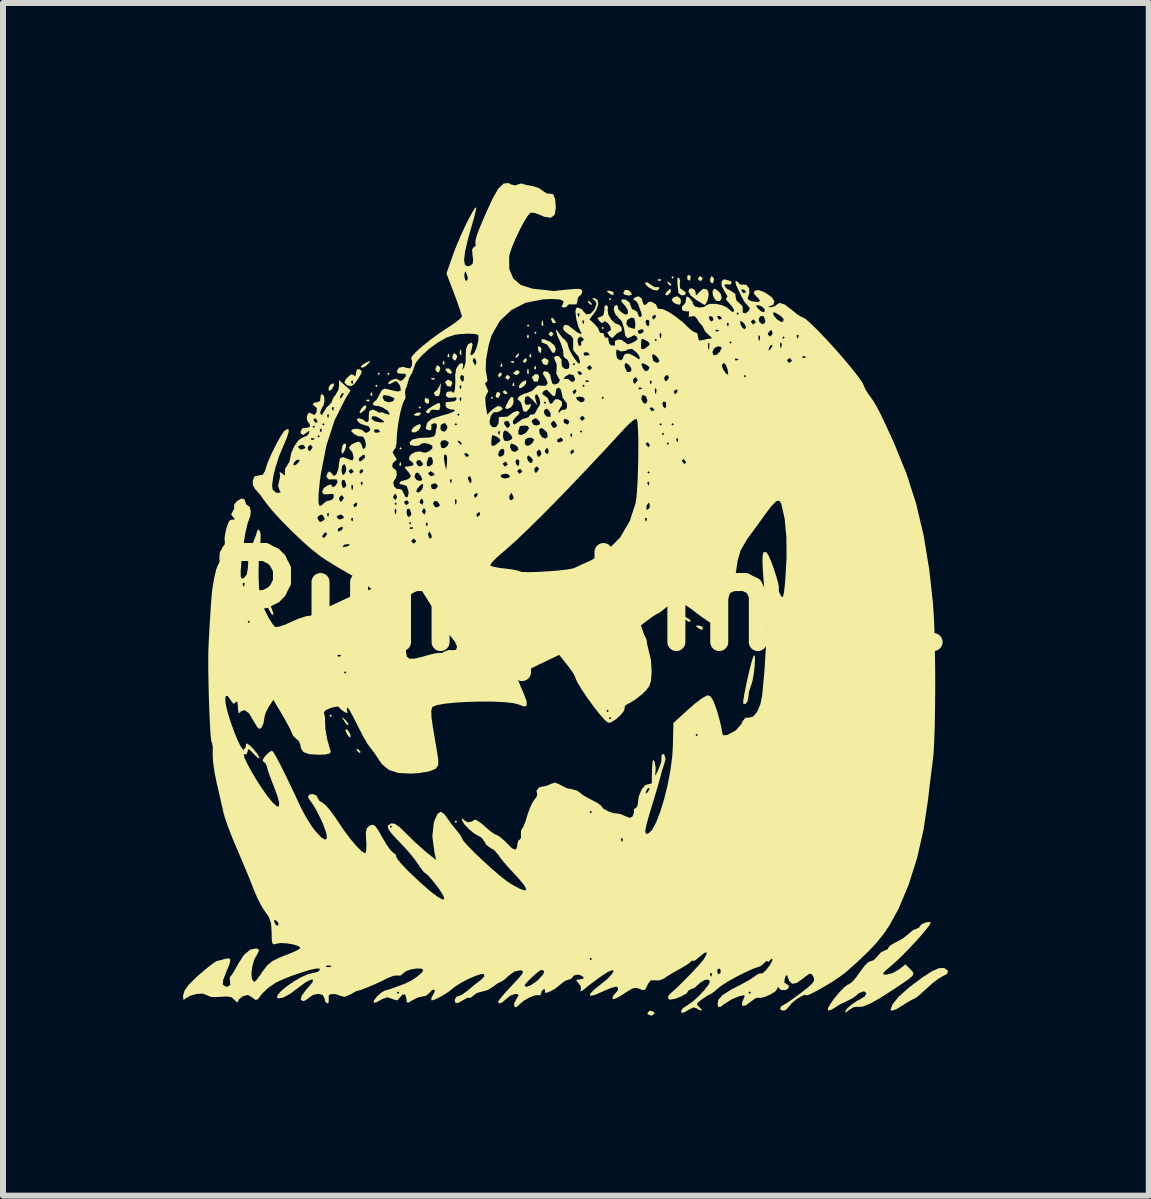
<source format=kicad_pcb>
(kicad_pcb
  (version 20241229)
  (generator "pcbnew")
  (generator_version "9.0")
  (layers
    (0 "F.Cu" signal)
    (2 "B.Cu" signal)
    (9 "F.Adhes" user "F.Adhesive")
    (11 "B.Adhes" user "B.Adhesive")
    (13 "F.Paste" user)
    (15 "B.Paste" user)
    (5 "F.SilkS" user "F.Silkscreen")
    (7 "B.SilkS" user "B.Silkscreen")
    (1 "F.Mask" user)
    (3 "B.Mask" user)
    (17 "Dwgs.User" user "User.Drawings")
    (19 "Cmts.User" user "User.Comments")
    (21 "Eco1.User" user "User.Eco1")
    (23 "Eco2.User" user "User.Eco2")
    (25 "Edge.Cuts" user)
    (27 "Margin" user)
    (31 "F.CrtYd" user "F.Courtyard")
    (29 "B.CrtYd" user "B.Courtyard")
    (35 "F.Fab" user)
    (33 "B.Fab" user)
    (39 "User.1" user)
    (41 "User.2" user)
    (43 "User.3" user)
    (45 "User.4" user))
  (footprint "Pumpkin01"
    (layer "F.Cu")
    (at 6.612 6.969)
    (property "Reference" "Pumpkin01" (at 0 0 0) (layer "F.SilkS") (effects (font (size 1.5 1.5) (thickness 0.3))))
    (attr board_only exclude_from_pos_files exclude_from_bom)
    (fp_poly (pts (xy -4.133 1.906) (xy -4.153 1.926) (xy -4.173 1.906) (xy -4.153 1.886)) (stroke (width 0) (type solid)) (fill yes) (layer "F.SilkS"))
    (fp_poly (pts (xy -3.371 -3.591) (xy -3.391 -3.571) (xy -3.411 -3.591) (xy -3.391 -3.611)) (stroke (width 0) (type solid)) (fill yes) (layer "F.SilkS"))
    (fp_poly (pts (xy -3.33 -3.792) (xy -3.351 -3.772) (xy -3.371 -3.792) (xy -3.351 -3.812)) (stroke (width 0) (type solid)) (fill yes) (layer "F.SilkS"))
    (fp_poly (pts (xy -3.17 -3.792) (xy -3.19 -3.772) (xy -3.21 -3.792) (xy -3.19 -3.812)) (stroke (width 0) (type solid)) (fill yes) (layer "F.SilkS"))
    (fp_poly (pts (xy -2.969 -2.548) (xy -2.989 -2.528) (xy -3.009 -2.548) (xy -2.989 -2.568)) (stroke (width 0) (type solid)) (fill yes) (layer "F.SilkS"))
    (fp_poly (pts (xy -2.648 -3.23) (xy -2.668 -3.21) (xy -2.688 -3.23) (xy -2.668 -3.25)) (stroke (width 0) (type solid)) (fill yes) (layer "F.SilkS"))
    (fp_poly (pts (xy -2.046 3.672) (xy -2.067 3.692) (xy -2.087 3.672) (xy -2.067 3.652)) (stroke (width 0) (type solid)) (fill yes) (layer "F.SilkS"))
    (fp_poly (pts (xy -1.445 -3.391) (xy -1.465 -3.371) (xy -1.485 -3.391) (xy -1.465 -3.411)) (stroke (width 0) (type solid)) (fill yes) (layer "F.SilkS"))
    (fp_poly (pts (xy -0.843 -4.594) (xy -0.863 -4.574) (xy -0.883 -4.594) (xy -0.863 -4.615)) (stroke (width 0) (type solid)) (fill yes) (layer "F.SilkS"))
    (fp_poly (pts (xy -0.722 -4.474) (xy -0.742 -4.454) (xy -0.762 -4.474) (xy -0.742 -4.494)) (stroke (width 0) (type solid)) (fill yes) (layer "F.SilkS"))
    (fp_poly (pts (xy 0.401 -4.554) (xy 0.381 -4.534) (xy 0.361 -4.554) (xy 0.381 -4.574)) (stroke (width 0) (type solid)) (fill yes) (layer "F.SilkS"))
    (fp_poly (pts (xy 0.522 -5.036) (xy 0.502 -5.016) (xy 0.482 -5.036) (xy 0.502 -5.056)) (stroke (width 0) (type solid)) (fill yes) (layer "F.SilkS"))
    (fp_poly (pts (xy 1.565 -5.397) (xy 1.545 -5.377) (xy 1.525 -5.397) (xy 1.545 -5.417)) (stroke (width 0) (type solid)) (fill yes) (layer "F.SilkS"))
    (fp_poly (pts (xy -3.504 -3.357) (xy -3.51 -3.333) (xy -3.531 -3.33) (xy -3.564 -3.345) (xy -3.558 -3.357) (xy -3.51 -3.362)) (stroke (width 0) (type solid)) (fill yes) (layer "F.SilkS"))
    (fp_poly (pts (xy -3.464 -3.478) (xy -3.459 -3.43) (xy -3.464 -3.424) (xy -3.488 -3.43) (xy -3.491 -3.451) (xy -3.476 -3.484)) (stroke (width 0) (type solid)) (fill yes) (layer "F.SilkS"))
    (fp_poly (pts (xy -2.983 -2.314) (xy -2.978 -2.266) (xy -2.983 -2.26) (xy -3.007 -2.266) (xy -3.009 -2.287) (xy -2.995 -2.32)) (stroke (width 0) (type solid)) (fill yes) (layer "F.SilkS"))
    (fp_poly (pts (xy -2.421 -3.718) (xy -2.426 -3.695) (xy -2.448 -3.692) (xy -2.481 -3.706) (xy -2.474 -3.718) (xy -2.427 -3.723)) (stroke (width 0) (type solid)) (fill yes) (layer "F.SilkS"))
    (fp_poly (pts (xy -2.26 -3.999) (xy -2.256 -3.952) (xy -2.26 -3.946) (xy -2.284 -3.951) (xy -2.287 -3.973) (xy -2.273 -4.006)) (stroke (width 0) (type solid)) (fill yes) (layer "F.SilkS"))
    (fp_poly (pts (xy -2.18 -4.12) (xy -2.175 -4.072) (xy -2.18 -4.066) (xy -2.204 -4.072) (xy -2.207 -4.093) (xy -2.192 -4.126)) (stroke (width 0) (type solid)) (fill yes) (layer "F.SilkS"))
    (fp_poly (pts (xy -1.979 -4.181) (xy -1.974 -4.118) (xy -1.982 -4.104) (xy -2 -4.116) (xy -2.003 -4.156) (xy -1.993 -4.199)) (stroke (width 0) (type solid)) (fill yes) (layer "F.SilkS"))
    (fp_poly (pts (xy -1.297 -3.959) (xy -1.293 -3.912) (xy -1.297 -3.906) (xy -1.321 -3.911) (xy -1.324 -3.932) (xy -1.309 -3.965)) (stroke (width 0) (type solid)) (fill yes) (layer "F.SilkS"))
    (fp_poly (pts (xy -1.097 -3.999) (xy -1.102 -3.975) (xy -1.124 -3.973) (xy -1.157 -3.987) (xy -1.15 -3.999) (xy -1.103 -4.004)) (stroke (width 0) (type solid)) (fill yes) (layer "F.SilkS"))
    (fp_poly (pts (xy -1.097 -3.638) (xy -1.092 -3.591) (xy -1.097 -3.585) (xy -1.121 -3.59) (xy -1.124 -3.611) (xy -1.109 -3.644)) (stroke (width 0) (type solid)) (fill yes) (layer "F.SilkS"))
    (fp_poly (pts (xy -0.856 -4.441) (xy -0.851 -4.393) (xy -0.856 -4.387) (xy -0.88 -4.393) (xy -0.883 -4.414) (xy -0.868 -4.447)) (stroke (width 0) (type solid)) (fill yes) (layer "F.SilkS"))
    (fp_poly (pts (xy -0.855 -3.86) (xy -0.851 -3.797) (xy -0.859 -3.783) (xy -0.877 -3.795) (xy -0.88 -3.835) (xy -0.87 -3.878)) (stroke (width 0) (type solid)) (fill yes) (layer "F.SilkS"))
    (fp_poly (pts (xy -0.816 -4.12) (xy -0.811 -4.072) (xy -0.816 -4.066) (xy -0.84 -4.072) (xy -0.843 -4.093) (xy -0.828 -4.126)) (stroke (width 0) (type solid)) (fill yes) (layer "F.SilkS"))
    (fp_poly (pts (xy -0.736 -3.919) (xy -0.731 -3.871) (xy -0.736 -3.866) (xy -0.76 -3.871) (xy -0.762 -3.892) (xy -0.748 -3.925)) (stroke (width 0) (type solid)) (fill yes) (layer "F.SilkS"))
    (fp_poly (pts (xy -0.615 -4.662) (xy -0.61 -4.599) (xy -0.618 -4.585) (xy -0.636 -4.597) (xy -0.639 -4.638) (xy -0.629 -4.681)) (stroke (width 0) (type solid)) (fill yes) (layer "F.SilkS"))
    (fp_poly (pts (xy 1.351 -5.364) (xy 1.345 -5.34) (xy 1.324 -5.337) (xy 1.291 -5.351) (xy 1.297 -5.364) (xy 1.345 -5.368)) (stroke (width 0) (type solid)) (fill yes) (layer "F.SilkS"))
    (fp_poly (pts (xy -4.097 -3.602) (xy -4.129 -3.537) (xy -4.17 -3.508) (xy -4.188 -3.522) (xy -4.182 -3.577) (xy -4.153 -3.612) (xy -4.104 -3.635)) (stroke (width 0) (type solid)) (fill yes) (layer "F.SilkS"))
    (fp_poly (pts (xy -3.95 1.937) (xy -3.909 1.975) (xy -3.861 2.034) (xy -3.856 2.064) (xy -3.888 2.049) (xy -3.928 1.994) (xy -3.963 1.934)) (stroke (width 0) (type solid)) (fill yes) (layer "F.SilkS"))
    (fp_poly (pts (xy -3.698 2.464) (xy -3.655 2.504) (xy -3.664 2.528) (xy -3.669 2.528) (xy -3.703 2.499) (xy -3.716 2.482) (xy -3.72 2.454)) (stroke (width 0) (type solid)) (fill yes) (layer "F.SilkS"))
    (fp_poly (pts (xy -3.56 -3.226) (xy -3.588 -3.187) (xy -3.652 -3.136) (xy -3.673 -3.144) (xy -3.644 -3.208) (xy -3.594 -3.26) (xy -3.563 -3.265)) (stroke (width 0) (type solid)) (fill yes) (layer "F.SilkS"))
    (fp_poly (pts (xy -2.53 -3.377) (xy -2.513 -3.35) (xy -2.515 -3.299) (xy -2.555 -3.296) (xy -2.586 -3.328) (xy -2.583 -3.379) (xy -2.573 -3.388)) (stroke (width 0) (type solid)) (fill yes) (layer "F.SilkS"))
    (fp_poly (pts (xy -2.159 -3.86) (xy -2.128 -3.807) (xy -2.157 -3.791) (xy -2.207 -3.812) (xy -2.242 -3.856) (xy -2.235 -3.877) (xy -2.186 -3.88)) (stroke (width 0) (type solid)) (fill yes) (layer "F.SilkS"))
    (fp_poly (pts (xy 0.154 -5) (xy 0.197 -4.962) (xy 0.201 -4.953) (xy 0.182 -4.937) (xy 0.142 -4.974) (xy 0.137 -4.982) (xy 0.132 -5.009)) (stroke (width 0) (type solid)) (fill yes) (layer "F.SilkS"))
    (fp_poly (pts (xy 1.478 -5.321) (xy 1.521 -5.283) (xy 1.525 -5.274) (xy 1.506 -5.258) (xy 1.466 -5.295) (xy 1.461 -5.303) (xy 1.456 -5.33)) (stroke (width 0) (type solid)) (fill yes) (layer "F.SilkS"))
    (fp_poly (pts (xy 1.515 -5.155) (xy 1.475 -5.109) (xy 1.437 -5.096) (xy 1.421 -5.119) (xy 1.445 -5.157) (xy 1.494 -5.199) (xy 1.514 -5.2)) (stroke (width 0) (type solid)) (fill yes) (layer "F.SilkS"))
    (fp_poly (pts (xy 1.84 -5.428) (xy 1.846 -5.399) (xy 1.833 -5.341) (xy 1.798 -5.359) (xy 1.787 -5.374) (xy 1.792 -5.426) (xy 1.805 -5.437)) (stroke (width 0) (type solid)) (fill yes) (layer "F.SilkS"))
    (fp_poly (pts (xy -3.858 2.157) (xy -3.825 2.218) (xy -3.82 2.268) (xy -3.823 2.271) (xy -3.85 2.252) (xy -3.884 2.205) (xy -3.909 2.145) (xy -3.897 2.127)) (stroke (width 0) (type solid)) (fill yes) (layer "F.SilkS"))
    (fp_poly (pts (xy -3.5 -3.992) (xy -3.526 -3.959) (xy -3.586 -3.907) (xy -3.636 -3.891) (xy -3.652 -3.911) (xy -3.621 -3.941) (xy -3.561 -3.978) (xy -3.5 -4.007)) (stroke (width 0) (type solid)) (fill yes) (layer "F.SilkS"))
    (fp_poly (pts (xy -2.648 -3.129) (xy -2.681 -3.094) (xy -2.709 -3.09) (xy -2.762 -3.098) (xy -2.769 -3.106) (xy -2.737 -3.131) (xy -2.709 -3.144) (xy -2.657 -3.145)) (stroke (width 0) (type solid)) (fill yes) (layer "F.SilkS"))
    (fp_poly (pts (xy -2.332 -3.9) (xy -2.327 -3.872) (xy -2.349 -3.819) (xy -2.367 -3.812) (xy -2.403 -3.845) (xy -2.408 -3.872) (xy -2.386 -3.926) (xy -2.367 -3.932)) (stroke (width 0) (type solid)) (fill yes) (layer "F.SilkS"))
    (fp_poly (pts (xy -2.134 -3.66) (xy -2.127 -3.631) (xy -2.151 -3.576) (xy -2.207 -3.586) (xy -2.22 -3.598) (xy -2.246 -3.657) (xy -2.204 -3.69) (xy -2.187 -3.692)) (stroke (width 0) (type solid)) (fill yes) (layer "F.SilkS"))
    (fp_poly (pts (xy -2.051 -4.101) (xy -2.046 -4.073) (xy -2.068 -4.019) (xy -2.087 -4.013) (xy -2.122 -4.045) (xy -2.127 -4.073) (xy -2.105 -4.126) (xy -2.087 -4.133)) (stroke (width 0) (type solid)) (fill yes) (layer "F.SilkS"))
    (fp_poly (pts (xy -1.325 -3.462) (xy -1.324 -3.453) (xy -1.353 -3.399) (xy -1.364 -3.391) (xy -1.399 -3.4) (xy -1.404 -3.428) (xy -1.383 -3.483) (xy -1.364 -3.491)) (stroke (width 0) (type solid)) (fill yes) (layer "F.SilkS"))
    (fp_poly (pts (xy -1.298 -3.787) (xy -1.304 -3.772) (xy -1.34 -3.734) (xy -1.347 -3.732) (xy -1.364 -3.763) (xy -1.364 -3.772) (xy -1.333 -3.81) (xy -1.322 -3.812)) (stroke (width 0) (type solid)) (fill yes) (layer "F.SilkS"))
    (fp_poly (pts (xy -1.244 -3.511) (xy -1.206 -3.475) (xy -1.204 -3.469) (xy -1.235 -3.451) (xy -1.244 -3.451) (xy -1.283 -3.482) (xy -1.284 -3.493) (xy -1.259 -3.517)) (stroke (width 0) (type solid)) (fill yes) (layer "F.SilkS"))
    (fp_poly (pts (xy -1.165 -3.741) (xy -1.164 -3.732) (xy -1.194 -3.693) (xy -1.204 -3.692) (xy -1.243 -3.722) (xy -1.244 -3.732) (xy -1.213 -3.771) (xy -1.204 -3.772)) (stroke (width 0) (type solid)) (fill yes) (layer "F.SilkS"))
    (fp_poly (pts (xy -1.016 -4.107) (xy -1.023 -4.093) (xy -1.061 -4.055) (xy -1.068 -4.053) (xy -1.071 -4.079) (xy -1.063 -4.093) (xy -1.026 -4.131) (xy -1.018 -4.133)) (stroke (width 0) (type solid)) (fill yes) (layer "F.SilkS"))
    (fp_poly (pts (xy -1.004 -3.822) (xy -1.003 -3.812) (xy -1.036 -3.777) (xy -1.066 -3.772) (xy -1.107 -3.791) (xy -1.103 -3.812) (xy -1.052 -3.851) (xy -1.041 -3.852)) (stroke (width 0) (type solid)) (fill yes) (layer "F.SilkS"))
    (fp_poly (pts (xy -0.893 -3.675) (xy -0.897 -3.631) (xy -0.928 -3.589) (xy -0.986 -3.552) (xy -1.014 -3.555) (xy -1.01 -3.599) (xy -0.979 -3.641) (xy -0.921 -3.679)) (stroke (width 0) (type solid)) (fill yes) (layer "F.SilkS"))
    (fp_poly (pts (xy -0.883 -4.022) (xy -0.883 -4.013) (xy -0.914 -3.974) (xy -0.925 -3.973) (xy -0.949 -3.997) (xy -0.943 -4.013) (xy -0.907 -4.051) (xy -0.9 -4.053)) (stroke (width 0) (type solid)) (fill yes) (layer "F.SilkS"))
    (fp_poly (pts (xy -0.693 -3.78) (xy -0.682 -3.73) (xy -0.702 -3.661) (xy -0.753 -3.66) (xy -0.776 -3.678) (xy -0.8 -3.738) (xy -0.746 -3.785) (xy -0.742 -3.786)) (stroke (width 0) (type solid)) (fill yes) (layer "F.SilkS"))
    (fp_poly (pts (xy -0.646 -4.221) (xy -0.642 -4.193) (xy -0.651 -4.14) (xy -0.658 -4.133) (xy -0.684 -4.164) (xy -0.697 -4.193) (xy -0.697 -4.245) (xy -0.681 -4.253)) (stroke (width 0) (type solid)) (fill yes) (layer "F.SilkS"))
    (fp_poly (pts (xy -0.529 -4.021) (xy -0.522 -3.993) (xy -0.546 -3.937) (xy -0.602 -3.947) (xy -0.615 -3.959) (xy -0.641 -4.018) (xy -0.599 -4.051) (xy -0.582 -4.053)) (stroke (width 0) (type solid)) (fill yes) (layer "F.SilkS"))
    (fp_poly (pts (xy -0.443 -4.464) (xy -0.441 -4.454) (xy -0.472 -4.415) (xy -0.482 -4.414) (xy -0.52 -4.444) (xy -0.522 -4.454) (xy -0.491 -4.493) (xy -0.482 -4.494)) (stroke (width 0) (type solid)) (fill yes) (layer "F.SilkS"))
    (fp_poly (pts (xy -0.434 -4.703) (xy -0.403 -4.652) (xy -0.407 -4.635) (xy -0.449 -4.637) (xy -0.455 -4.641) (xy -0.481 -4.703) (xy -0.482 -4.71) (xy -0.461 -4.724)) (stroke (width 0) (type solid)) (fill yes) (layer "F.SilkS"))
    (fp_poly (pts (xy 0.551 -5.157) (xy 0.562 -5.136) (xy 0.556 -5.101) (xy 0.521 -5.112) (xy 0.482 -5.136) (xy 0.445 -5.167) (xy 0.483 -5.176) (xy 0.492 -5.176)) (stroke (width 0) (type solid)) (fill yes) (layer "F.SilkS"))
    (fp_poly (pts (xy 0.806 -5.186) (xy 0.843 -5.156) (xy 0.868 -5.11) (xy 0.826 -5.096) (xy 0.807 -5.096) (xy 0.74 -5.111) (xy 0.722 -5.134) (xy 0.748 -5.188)) (stroke (width 0) (type solid)) (fill yes) (layer "F.SilkS"))
    (fp_poly (pts (xy 1.237 6.843) (xy 1.244 6.862) (xy 1.211 6.897) (xy 1.184 6.902) (xy 1.13 6.88) (xy 1.124 6.862) (xy 1.156 6.826) (xy 1.184 6.821)) (stroke (width 0) (type solid)) (fill yes) (layer "F.SilkS"))
    (fp_poly (pts (xy 1.672 -5.047) (xy 1.685 -4.993) (xy 1.666 -4.942) (xy 1.603 -4.953) (xy 1.565 -4.975) (xy 1.528 -5.019) (xy 1.552 -5.059) (xy 1.618 -5.084)) (stroke (width 0) (type solid)) (fill yes) (layer "F.SilkS"))
    (fp_poly (pts (xy 2.036 0.42) (xy 2.046 0.441) (xy 2.04 0.476) (xy 2.006 0.466) (xy 1.966 0.441) (xy 1.929 0.41) (xy 1.967 0.402) (xy 1.976 0.402)) (stroke (width 0) (type solid)) (fill yes) (layer "F.SilkS"))
    (fp_poly (pts (xy 2.045 -5.387) (xy 2.046 -5.377) (xy 2.016 -5.338) (xy 2.006 -5.337) (xy 1.967 -5.367) (xy 1.966 -5.377) (xy 1.997 -5.416) (xy 2.006 -5.417)) (stroke (width 0) (type solid)) (fill yes) (layer "F.SilkS"))
    (fp_poly (pts (xy 2.23 -5.384) (xy 2.234 -5.357) (xy 2.216 -5.303) (xy 2.2 -5.297) (xy 2.171 -5.329) (xy 2.167 -5.357) (xy 2.185 -5.41) (xy 2.2 -5.417)) (stroke (width 0) (type solid)) (fill yes) (layer "F.SilkS"))
    (fp_poly (pts (xy -3.899 -2.625) (xy -3.897 -2.574) (xy -3.925 -2.501) (xy -3.932 -2.488) (xy -3.962 -2.456) (xy -3.971 -2.495) (xy -3.972 -2.516) (xy -3.956 -2.596) (xy -3.932 -2.628)) (stroke (width 0) (type solid)) (fill yes) (layer "F.SilkS"))
    (fp_poly (pts (xy -2.651 -2.928) (xy -2.655 -2.903) (xy -2.689 -2.848) (xy -2.745 -2.815) (xy -2.795 -2.816) (xy -2.809 -2.845) (xy -2.777 -2.894) (xy -2.725 -2.931) (xy -2.664 -2.956)) (stroke (width 0) (type solid)) (fill yes) (layer "F.SilkS"))
    (fp_poly (pts (xy -1.11 -3.397) (xy -1.105 -3.327) (xy -1.115 -3.28) (xy -1.149 -3.234) (xy -1.202 -3.206) (xy -1.24 -3.212) (xy -1.244 -3.226) (xy -1.227 -3.268) (xy -1.188 -3.349) (xy -1.141 -3.408)) (stroke (width 0) (type solid)) (fill yes) (layer "F.SilkS"))
    (fp_poly (pts (xy 2.314 -5.162) (xy 2.344 -5.125) (xy 2.363 -5.052) (xy 2.335 -5.004) (xy 2.28 -5.005) (xy 2.255 -5.024) (xy 2.218 -5.089) (xy 2.209 -5.159) (xy 2.228 -5.205) (xy 2.254 -5.207)) (stroke (width 0) (type solid)) (fill yes) (layer "F.SilkS"))
    (fp_poly (pts (xy -2.315 -3.618) (xy -2.326 -3.533) (xy -2.327 -3.488) (xy -2.349 -3.421) (xy -2.397 -3.419) (xy -2.428 -3.451) (xy -2.429 -3.488) (xy -2.418 -3.491) (xy -2.377 -3.523) (xy -2.343 -3.581) (xy -2.318 -3.63)) (stroke (width 0) (type solid)) (fill yes) (layer "F.SilkS"))
    (fp_poly (pts (xy 1.132 -5.311) (xy 1.179 -5.276) (xy 1.245 -5.235) (xy 1.284 -5.236) (xy 1.321 -5.233) (xy 1.324 -5.219) (xy 1.296 -5.18) (xy 1.224 -5.188) (xy 1.141 -5.233) (xy 1.091 -5.285) (xy 1.089 -5.315)) (stroke (width 0) (type solid)) (fill yes) (layer "F.SilkS"))
    (fp_poly (pts (xy -5.199 -0.158) (xy -5.178 -0.085) (xy -5.176 -0.055) (xy -5.159 0.059) (xy -5.133 0.126) (xy -5.108 0.198) (xy -5.112 0.23) (xy -5.139 0.21) (xy -5.183 0.135) (xy -5.21 0.076) (xy -5.251 -0.038) (xy -5.269 -0.126) (xy -5.267 -0.15) (xy -5.234 -0.186)) (stroke (width 0) (type solid)) (fill yes) (layer "F.SilkS"))
    (fp_poly (pts (xy -0.597 -4.366) (xy -0.509 -4.33) (xy -0.503 -4.327) (xy -0.428 -4.269) (xy -0.401 -4.207) (xy -0.42 -4.143) (xy -0.46 -4.144) (xy -0.5 -4.209) (xy -0.502 -4.213) (xy -0.546 -4.278) (xy -0.585 -4.294) (xy -0.636 -4.316) (xy -0.642 -4.334) (xy -0.634 -4.367)) (stroke (width 0) (type solid)) (fill yes) (layer "F.SilkS"))
    (fp_poly (pts (xy 1.671 -5.342) (xy 1.664 -5.293) (xy 1.669 -5.217) (xy 1.703 -5.192) (xy 1.757 -5.153) (xy 1.766 -5.132) (xy 1.738 -5.099) (xy 1.683 -5.102) (xy 1.643 -5.135) (xy 1.641 -5.146) (xy 1.633 -5.222) (xy 1.623 -5.308) (xy 1.625 -5.382) (xy 1.649 -5.395)) (stroke (width 0) (type solid)) (fill yes) (layer "F.SilkS"))
    (fp_poly (pts (xy -2.334 -3.301) (xy -2.327 -3.255) (xy -2.327 -3.246) (xy -2.344 -3.187) (xy -2.406 -3.189) (xy -2.408 -3.19) (xy -2.472 -3.194) (xy -2.488 -3.173) (xy -2.517 -3.132) (xy -2.528 -3.13) (xy -2.567 -3.153) (xy -2.568 -3.16) (xy -2.536 -3.198) (xy -2.459 -3.251) (xy -2.447 -3.258) (xy -2.367 -3.301)) (stroke (width 0) (type solid)) (fill yes) (layer "F.SilkS"))
    (fp_poly (pts (xy 1.917 -5.184) (xy 1.927 -5.146) (xy 1.933 -5.098) (xy 1.957 -5.115) (xy 1.982 -5.146) (xy 2.055 -5.209) (xy 2.115 -5.197) (xy 2.142 -5.153) (xy 2.144 -5.092) (xy 2.125 -5.013) (xy 2.096 -4.952) (xy 2.075 -4.939) (xy 2.039 -4.96) (xy 1.96 -5.008) (xy 1.936 -5.023) (xy 1.848 -5.094) (xy 1.808 -5.16) (xy 1.822 -5.206) (xy 1.866 -5.216)) (stroke (width 0) (type solid)) (fill yes) (layer "F.SilkS"))
    (fp_poly (pts (xy 2.914 0.914) (xy 2.917 0.986) (xy 2.91 1.092) (xy 2.896 1.21) (xy 2.877 1.318) (xy 2.855 1.393) (xy 2.852 1.399) (xy 2.817 1.505) (xy 2.809 1.58) (xy 2.793 1.667) (xy 2.757 1.713) (xy 2.721 1.705) (xy 2.721 1.66) (xy 2.737 1.558) (xy 2.764 1.42) (xy 2.797 1.266) (xy 2.832 1.116) (xy 2.865 0.992) (xy 2.891 0.914) (xy 2.899 0.9)) (stroke (width 0) (type solid)) (fill yes) (layer "F.SilkS"))
    (fp_poly (pts (xy 1.654 0.179) (xy 1.708 0.217) (xy 1.78 0.274) (xy 1.815 0.292) (xy 1.846 0.324) (xy 1.84 0.338) (xy 1.8 0.338) (xy 1.787 0.323) (xy 1.741 0.296) (xy 1.727 0.3) (xy 1.687 0.287) (xy 1.67 0.258) (xy 1.63 0.217) (xy 1.605 0.221) (xy 1.584 0.271) (xy 1.592 0.294) (xy 1.591 0.312) (xy 1.553 0.286) (xy 1.508 0.229) (xy 1.508 0.196) (xy 1.569 0.162)) (stroke (width 0) (type solid)) (fill yes) (layer "F.SilkS"))
    (fp_poly (pts (xy 6.077 6.113) (xy 6.134 6.157) (xy 6.117 6.208) (xy 6.051 6.242) (xy 5.975 6.285) (xy 5.87 6.366) (xy 5.782 6.446) (xy 5.683 6.537) (xy 5.607 6.6) (xy 5.571 6.621) (xy 5.522 6.642) (xy 5.435 6.694) (xy 5.393 6.721) (xy 5.269 6.797) (xy 5.195 6.822) (xy 5.176 6.803) (xy 5.211 6.709) (xy 5.313 6.586) (xy 5.476 6.44) (xy 5.538 6.391) (xy 5.729 6.25) (xy 5.873 6.159) (xy 5.979 6.113) (xy 6.056 6.107)) (stroke (width 0) (type solid)) (fill yes) (layer "F.SilkS"))
    (fp_poly (pts (xy -3.636 -3.841) (xy -3.644 -3.794) (xy -3.689 -3.718) (xy -3.758 -3.62) (xy -3.813 -3.584) (xy -3.873 -3.599) (xy -3.891 -3.61) (xy -3.925 -3.645) (xy -3.922 -3.652) (xy -3.812 -3.652) (xy -3.797 -3.618) (xy -3.785 -3.625) (xy -3.78 -3.672) (xy -3.785 -3.678) (xy -3.809 -3.673) (xy -3.812 -3.652) (xy -3.922 -3.652) (xy -3.904 -3.694) (xy -3.874 -3.73) (xy -3.812 -3.783) (xy -3.772 -3.772) (xy -3.765 -3.763) (xy -3.74 -3.747) (xy -3.732 -3.801) (xy -3.716 -3.865) (xy -3.671 -3.866)) (stroke (width 0) (type solid)) (fill yes) (layer "F.SilkS"))
    (fp_poly (pts (xy 0.469 -4.904) (xy 0.462 -4.857) (xy 0.472 -4.778) (xy 0.525 -4.689) (xy 0.597 -4.626) (xy 0.638 -4.615) (xy 0.682 -4.583) (xy 0.697 -4.554) (xy 0.695 -4.503) (xy 0.675 -4.494) (xy 0.617 -4.465) (xy 0.584 -4.43) (xy 0.542 -4.387) (xy 0.502 -4.411) (xy 0.485 -4.43) (xy 0.456 -4.483) (xy 0.477 -4.494) (xy 0.518 -4.52) (xy 0.507 -4.581) (xy 0.465 -4.637) (xy 0.411 -4.669) (xy 0.393 -4.65) (xy 0.362 -4.637) (xy 0.325 -4.67) (xy 0.292 -4.72) (xy 0.322 -4.735) (xy 0.336 -4.735) (xy 0.392 -4.769) (xy 0.41 -4.86) (xy 0.406 -4.905) (xy 0.432 -4.934) (xy 0.444 -4.936)) (stroke (width 0) (type solid)) (fill yes) (layer "F.SilkS"))
    (fp_poly (pts (xy 5.844 5.349) (xy 5.829 5.387) (xy 5.769 5.467) (xy 5.676 5.578) (xy 5.561 5.705) (xy 5.437 5.835) (xy 5.316 5.955) (xy 5.209 6.052) (xy 5.195 6.065) (xy 5.095 6.149) (xy 5.052 6.196) (xy 5.06 6.216) (xy 5.106 6.22) (xy 5.207 6.195) (xy 5.312 6.136) (xy 5.315 6.134) (xy 5.424 6.048) (xy 5.504 6.129) (xy 5.543 6.169) (xy 5.558 6.202) (xy 5.542 6.238) (xy 5.485 6.289) (xy 5.38 6.363) (xy 5.216 6.472) (xy 4.996 6.613) (xy 4.831 6.705) (xy 4.714 6.752) (xy 4.638 6.757) (xy 4.631 6.754) (xy 4.559 6.762) (xy 4.493 6.803) (xy 4.435 6.846) (xy 4.414 6.848) (xy 4.445 6.792) (xy 4.523 6.72) (xy 4.623 6.653) (xy 4.665 6.632) (xy 4.746 6.581) (xy 4.774 6.532) (xy 4.745 6.503) (xy 4.72 6.5) (xy 4.648 6.529) (xy 4.618 6.556) (xy 4.55 6.609) (xy 4.448 6.661) (xy 4.443 6.663) (xy 4.332 6.716) (xy 4.246 6.771) (xy 4.246 6.772) (xy 4.173 6.812) (xy 4.132 6.815) (xy 4.132 6.78) (xy 4.173 6.707) (xy 4.241 6.612) (xy 4.321 6.515) (xy 4.4 6.434) (xy 4.461 6.386) (xy 4.48 6.38) (xy 4.528 6.349) (xy 4.599 6.268) (xy 4.663 6.179) (xy 4.74 6.075) (xy 4.806 6.009) (xy 4.842 5.996) (xy 4.895 5.979) (xy 4.954 5.916) (xy 5.019 5.845) (xy 5.077 5.818) (xy 5.13 5.795) (xy 5.136 5.776) (xy 5.17 5.734) (xy 5.251 5.686) (xy 5.267 5.679) (xy 5.382 5.616) (xy 5.474 5.541) (xy 5.474 5.541) (xy 5.548 5.479) (xy 5.604 5.457) (xy 5.653 5.435) (xy 5.658 5.42) (xy 5.691 5.381) (xy 5.761 5.35) (xy 5.827 5.341)) (stroke (width 0) (type solid)) (fill yes) (layer "F.SilkS"))
    (fp_poly (pts (xy -1.15 -6.947) (xy -1.074 -6.929) (xy -1.044 -6.942) (xy -0.977 -6.962) (xy -0.954 -6.956) (xy -0.894 -6.937) (xy -0.795 -6.92) (xy -0.791 -6.919) (xy -0.686 -6.888) (xy -0.614 -6.837) (xy -0.549 -6.793) (xy -0.507 -6.794) (xy -0.447 -6.784) (xy -0.412 -6.7) (xy -0.401 -6.556) (xy -0.421 -6.44) (xy -0.484 -6.391) (xy -0.592 -6.407) (xy -0.649 -6.432) (xy -0.746 -6.469) (xy -0.816 -6.477) (xy -0.82 -6.476) (xy -0.865 -6.429) (xy -0.929 -6.328) (xy -1.001 -6.193) (xy -1.072 -6.043) (xy -1.132 -5.901) (xy -1.171 -5.784) (xy -1.179 -5.743) (xy -1.176 -5.536) (xy -1.111 -5.379) (xy -0.983 -5.271) (xy -0.791 -5.21) (xy -0.69 -5.198) (xy -0.575 -5.187) (xy -0.497 -5.178) (xy -0.482 -5.175) (xy -0.437 -5.17) (xy -0.235 -5.192) (xy -0.1 -5.204) (xy -0.018 -5.206) (xy 0.024 -5.196) (xy 0.039 -5.174) (xy 0.04 -5.159) (xy 0.019 -5.104) (xy 0 -5.096) (xy -0.032 -5.062) (xy -0.04 -5.011) (xy -0.057 -4.949) (xy -0.12 -4.947) (xy -0.12 -4.947) (xy -0.184 -4.949) (xy -0.201 -4.932) (xy -0.234 -4.9) (xy -0.266 -4.895) (xy -0.308 -4.908) (xy -0.285 -4.951) (xy -0.271 -5) (xy -0.332 -5.029) (xy -0.467 -5.038) (xy -0.623 -5.03) (xy -0.905 -4.974) (xy -1.144 -4.852) (xy -1.335 -4.671) (xy -1.469 -4.436) (xy -1.519 -4.273) (xy -1.563 -4.034) (xy -1.57 -3.852) (xy -1.549 -3.742) (xy -1.54 -3.669) (xy -1.563 -3.652) (xy -1.581 -3.625) (xy -1.555 -3.57) (xy -1.526 -3.497) (xy -1.55 -3.46) (xy -1.577 -3.397) (xy -1.57 -3.272) (xy -1.57 -3.271) (xy -1.544 -3.111) (xy -1.459 -3.196) (xy -1.373 -3.254) (xy -1.319 -3.246) (xy -1.285 -3.209) (xy -1.322 -3.173) (xy -1.388 -3.149) (xy -1.411 -3.154) (xy -1.45 -3.142) (xy -1.487 -3.082) (xy -1.505 -3.003) (xy -1.5 -2.95) (xy -1.452 -2.899) (xy -1.395 -2.906) (xy -1.357 -2.961) (xy -1.355 -2.983) (xy -1.263 -2.983) (xy -1.258 -2.949) (xy -1.219 -2.896) (xy -1.199 -2.889) (xy -1.168 -2.922) (xy -1.164 -2.949) (xy -1.195 -3.003) (xy -1.223 -3.009) (xy -1.263 -2.983) (xy -1.355 -2.983) (xy -1.354 -3.004) (xy -1.349 -3.069) (xy -1.302 -3.075) (xy -1.29 -3.071) (xy -1.202 -3.08) (xy -1.164 -3.109) (xy -1.104 -3.154) (xy -1.039 -3.171) (xy -1.004 -3.151) (xy -1.003 -3.144) (xy -1.031 -3.103) (xy -1.069 -3.071) (xy -1.115 -3.009) (xy -1.117 -2.971) (xy -1.091 -2.943) (xy -1.038 -2.98) (xy -1.034 -2.984) (xy -1.026 -2.989) (xy -0.803 -2.989) (xy -0.769 -2.94) (xy -0.724 -2.929) (xy -0.666 -2.949) (xy -0.666 -2.949) (xy -0.482 -2.949) (xy -0.45 -2.896) (xy -0.423 -2.889) (xy -0.382 -2.916) (xy -0.387 -2.949) (xy -0.426 -3.002) (xy -0.446 -3.009) (xy -0.477 -2.977) (xy -0.482 -2.949) (xy -0.666 -2.949) (xy -0.668 -2.989) (xy -0.688 -3.011) (xy -0.275 -3.011) (xy -0.262 -2.971) (xy -0.212 -2.947) (xy -0.194 -2.953) (xy -0.177 -2.996) (xy -0.196 -3.021) (xy -0.25 -3.044) (xy -0.275 -3.011) (xy -0.688 -3.011) (xy -0.718 -3.043) (xy -0.747 -3.05) (xy 0 -3.05) (xy 0.031 -3.011) (xy 0.04 -3.009) (xy 0.079 -3.04) (xy 0.08 -3.05) (xy 0.05 -3.089) (xy 0.04 -3.09) (xy 0.001 -3.059) (xy 0 -3.05) (xy -0.747 -3.05) (xy -0.796 -3.017) (xy -0.803 -2.989) (xy -1.026 -2.989) (xy -0.956 -3.037) (xy -0.906 -3.05) (xy -0.851 -3.072) (xy -0.843 -3.092) (xy -0.818 -3.116) (xy -0.802 -3.11) (xy -0.758 -3.12) (xy -0.735 -3.157) (xy -0.722 -3.182) (xy -0.597 -3.182) (xy -0.595 -3.126) (xy -0.557 -3.081) (xy -0.552 -3.079) (xy -0.491 -3.073) (xy -0.487 -3.123) (xy -0.495 -3.148) (xy -0.538 -3.202) (xy -0.561 -3.21) (xy -0.597 -3.182) (xy -0.722 -3.182) (xy -0.697 -3.229) (xy -0.677 -3.252) (xy -0.66 -3.302) (xy -0.662 -3.31) (xy -0.602 -3.31) (xy -0.582 -3.29) (xy -0.562 -3.31) (xy -0.582 -3.33) (xy -0.602 -3.31) (xy -0.662 -3.31) (xy -0.674 -3.378) (xy -0.707 -3.439) (xy -0.73 -3.451) (xy -0.749 -3.419) (xy -0.74 -3.361) (xy -0.712 -3.27) (xy -0.792 -3.36) (xy -0.864 -3.42) (xy -0.909 -3.406) (xy -0.923 -3.325) (xy -0.902 -3.273) (xy -0.858 -3.278) (xy -0.816 -3.286) (xy -0.823 -3.248) (xy -0.84 -3.215) (xy -0.896 -3.155) (xy -0.943 -3.169) (xy -0.963 -3.249) (xy -0.985 -3.32) (xy -1.01 -3.34) (xy -1.041 -3.372) (xy -1.01 -3.417) (xy -0.933 -3.457) (xy -0.631 -3.457) (xy -0.589 -3.428) (xy -0.531 -3.379) (xy -0.522 -3.346) (xy -0.499 -3.296) (xy -0.482 -3.29) (xy -0.443 -3.321) (xy -0.441 -3.33) (xy -0.412 -3.366) (xy -0.352 -3.365) (xy -0.3 -3.328) (xy -0.299 -3.327) (xy -0.299 -3.265) (xy -0.316 -3.239) (xy -0.355 -3.175) (xy -0.358 -3.152) (xy -0.345 -3.141) (xy -0.334 -3.16) (xy -0.295 -3.193) (xy -0.277 -3.188) (xy -0.235 -3.199) (xy -0.226 -3.212) (xy 1.164 -3.212) (xy 1.193 -3.172) (xy 1.204 -3.17) (xy 1.243 -3.184) (xy 1.244 -3.188) (xy 1.216 -3.222) (xy 1.204 -3.23) (xy 1.167 -3.227) (xy 1.164 -3.212) (xy -0.226 -3.212) (xy -0.215 -3.232) (xy -0.218 -3.289) (xy 1.374 -3.289) (xy 1.388 -3.245) (xy 1.418 -3.214) (xy 1.436 -3.245) (xy 1.436 -3.307) (xy 1.429 -3.32) (xy 1.39 -3.329) (xy 1.374 -3.289) (xy -0.218 -3.289) (xy -0.219 -3.306) (xy -0.244 -3.332) (xy -0.289 -3.397) (xy -0.29 -3.402) (xy -0.063 -3.402) (xy -0.051 -3.364) (xy -0.04 -3.351) (xy 0.021 -3.313) (xy 0.07 -3.334) (xy 0.08 -3.373) (xy 0.06 -3.391) (xy 0.361 -3.391) (xy 0.381 -3.371) (xy 0.383 -3.372) (xy 1.023 -3.372) (xy 1.052 -3.311) (xy 1.088 -3.29) (xy 1.12 -3.323) (xy 1.124 -3.348) (xy 1.102 -3.413) (xy 1.056 -3.438) (xy 1.032 -3.426) (xy 1.023 -3.372) (xy 0.383 -3.372) (xy 0.401 -3.391) (xy 0.381 -3.411) (xy 0.361 -3.391) (xy 0.06 -3.391) (xy 0.046 -3.403) (xy -0.005 -3.411) (xy -0.063 -3.402) (xy -0.29 -3.402) (xy -0.3 -3.455) (xy -0.309 -3.491) (xy -0.12 -3.491) (xy -0.107 -3.452) (xy -0.103 -3.451) (xy -0.068 -3.479) (xy -0.06 -3.491) (xy -0.062 -3.514) (xy 1.247 -3.514) (xy 1.254 -3.462) (xy 1.268 -3.462) (xy 1.273 -3.491) (xy 1.565 -3.491) (xy 1.579 -3.452) (xy 1.583 -3.451) (xy 1.617 -3.479) (xy 1.625 -3.491) (xy 1.622 -3.528) (xy 1.607 -3.531) (xy 1.567 -3.502) (xy 1.565 -3.491) (xy 1.273 -3.491) (xy 1.278 -3.515) (xy 1.271 -3.539) (xy 1.254 -3.554) (xy 1.247 -3.514) (xy -0.062 -3.514) (xy -0.063 -3.528) (xy -0.078 -3.531) (xy -0.119 -3.502) (xy -0.12 -3.491) (xy -0.309 -3.491) (xy -0.321 -3.533) (xy -0.348 -3.558) (xy 0.976 -3.558) (xy 0.982 -3.534) (xy 1.003 -3.531) (xy 1.036 -3.546) (xy 1.03 -3.558) (xy 0.982 -3.563) (xy 0.976 -3.558) (xy -0.348 -3.558) (xy -0.351 -3.561) (xy -0.392 -3.543) (xy -0.401 -3.494) (xy -0.415 -3.422) (xy -0.455 -3.426) (xy -0.504 -3.481) (xy -0.556 -3.527) (xy -0.605 -3.503) (xy -0.606 -3.502) (xy -0.631 -3.457) (xy -0.933 -3.457) (xy -0.932 -3.457) (xy -0.886 -3.47) (xy -0.794 -3.508) (xy -0.746 -3.556) (xy -0.703 -3.591) (xy 0.04 -3.591) (xy 0.06 -3.571) (xy 0.08 -3.591) (xy 0.06 -3.611) (xy 0.04 -3.591) (xy -0.703 -3.591) (xy -0.694 -3.598) (xy -0.646 -3.592) (xy -0.566 -3.592) (xy -0.537 -3.64) (xy -0.568 -3.716) (xy -0.578 -3.728) (xy -0.619 -3.797) (xy -0.599 -3.834) (xy -0.538 -3.825) (xy -0.494 -3.773) (xy -0.482 -3.707) (xy -0.461 -3.631) (xy -0.424 -3.611) (xy -0.357 -3.636) (xy -0.333 -3.687) (xy -0.341 -3.7) (xy -0.274 -3.7) (xy -0.254 -3.705) (xy -0.196 -3.707) (xy -0.181 -3.692) (xy -0.13 -3.653) (xy -0.088 -3.675) (xy -0.087 -3.678) (xy 0.094 -3.678) (xy 0.099 -3.654) (xy 0.12 -3.652) (xy 0.153 -3.666) (xy 0.152 -3.669) (xy 0.883 -3.669) (xy 0.902 -3.628) (xy 0.923 -3.631) (xy 0.938 -3.652) (xy 1.164 -3.652) (xy 1.178 -3.618) (xy 1.19 -3.625) (xy 1.195 -3.672) (xy 1.19 -3.678) (xy 1.167 -3.673) (xy 1.164 -3.652) (xy 0.938 -3.652) (xy 0.962 -3.683) (xy 0.963 -3.694) (xy 0.95 -3.709) (xy 1.404 -3.709) (xy 1.424 -3.668) (xy 1.445 -3.672) (xy 1.483 -3.723) (xy 1.485 -3.734) (xy 1.47 -3.752) (xy 2.729 -3.752) (xy 2.749 -3.732) (xy 2.769 -3.752) (xy 2.749 -3.772) (xy 2.729 -3.752) (xy 1.47 -3.752) (xy 1.454 -3.771) (xy 1.445 -3.772) (xy 1.409 -3.739) (xy 1.404 -3.709) (xy 0.95 -3.709) (xy 0.932 -3.731) (xy 0.923 -3.732) (xy 0.888 -3.699) (xy 0.883 -3.669) (xy 0.152 -3.669) (xy 0.147 -3.678) (xy 0.1 -3.683) (xy 0.094 -3.678) (xy -0.087 -3.678) (xy -0.08 -3.707) (xy -0.109 -3.77) (xy -0.175 -3.785) (xy -0.244 -3.746) (xy -0.248 -3.742) (xy -0.274 -3.7) (xy -0.341 -3.7) (xy -0.362 -3.732) (xy -0.394 -3.794) (xy -0.392 -3.814) (xy -0.04 -3.814) (xy -0.011 -3.774) (xy 0 -3.772) (xy 0.039 -3.786) (xy 0.04 -3.79) (xy 0.012 -3.824) (xy 0 -3.832) (xy -0.037 -3.829) (xy -0.04 -3.814) (xy -0.392 -3.814) (xy -0.389 -3.856) (xy -0.387 -3.95) (xy -0.409 -4.001) (xy -0.433 -4.064) (xy -0.395 -4.09) (xy -0.346 -4.08) (xy -0.305 -4.028) (xy -0.307 -3.981) (xy -0.298 -3.915) (xy -0.252 -3.872) (xy -0.199 -3.873) (xy -0.182 -3.89) (xy -0.182 -3.892) (xy 0.12 -3.892) (xy 0.151 -3.853) (xy 0.161 -3.852) (xy 0.199 -3.883) (xy 0.201 -3.892) (xy 0.17 -3.931) (xy 0.161 -3.932) (xy 0.122 -3.902) (xy 0.12 -3.892) (xy -0.182 -3.892) (xy -0.176 -3.952) (xy -0.12 -3.952) (xy -0.1 -3.932) (xy -0.092 -3.94) (xy 0.745 -3.94) (xy 0.751 -3.892) (xy 0.788 -3.82) (xy 0.841 -3.826) (xy 0.856 -3.838) (xy 0.856 -3.884) (xy 0.817 -3.941) (xy 0.806 -3.948) (xy 1.023 -3.948) (xy 1.046 -3.888) (xy 1.09 -3.832) (xy 1.135 -3.848) (xy 1.137 -3.849) (xy 1.159 -3.899) (xy 1.137 -3.92) (xy 2.367 -3.92) (xy 2.388 -3.862) (xy 2.432 -3.799) (xy 2.47 -3.772) (xy 2.469 -3.806) (xy 2.458 -3.872) (xy 2.429 -3.946) (xy 2.393 -3.973) (xy 2.369 -3.944) (xy 2.367 -3.92) (xy 1.137 -3.92) (xy 1.123 -3.933) (xy 1.046 -3.97) (xy 1.023 -3.948) (xy 0.806 -3.948) (xy 0.766 -3.972) (xy 0.761 -3.973) (xy 0.745 -3.94) (xy -0.092 -3.94) (xy -0.08 -3.952) (xy -0.1 -3.973) (xy -0.12 -3.952) (xy -0.176 -3.952) (xy -0.176 -3.955) (xy -0.204 -4.023) (xy -0.248 -4.053) (xy -0.275 -4.085) (xy -0.275 -4.123) (xy -0.285 -4.204) (xy -0.323 -4.311) (xy -0.332 -4.33) (xy -0.374 -4.424) (xy -0.396 -4.495) (xy -0.397 -4.527) (xy -0.373 -4.506) (xy -0.353 -4.474) (xy -0.294 -4.395) (xy -0.254 -4.362) (xy -0.206 -4.298) (xy -0.201 -4.269) (xy -0.179 -4.201) (xy -0.126 -4.1) (xy -0.1 -4.061) (xy -0.039 -3.977) (xy -0.009 -3.955) (xy -0.000147 -3.99) (xy 0 -4.001) (xy -0.027 -4.088) (xy -0.066 -4.126) (xy -0.072 -4.134) (xy 0.061 -4.134) (xy 0.069 -4.099) (xy 0.098 -4.093) (xy 0.153 -4.102) (xy 0.161 -4.111) (xy 0.134 -4.145) (xy 0.602 -4.145) (xy 0.614 -4.066) (xy 0.629 -4.039) (xy 0.687 -4.014) (xy 0.721 -4.056) (xy 0.722 -4.073) (xy 0.751 -4.123) (xy 0.82 -4.127) (xy 0.907 -4.085) (xy 0.93 -4.067) (xy 0.985 -4.032) (xy 1.002 -4.052) (xy 0.987 -4.084) (xy 1.204 -4.084) (xy 1.22 -4.014) (xy 1.231 -3.999) (xy 1.286 -3.973) (xy 1.322 -3.996) (xy 1.324 -4.008) (xy 1.308 -4.039) (xy 2.581 -4.039) (xy 2.587 -4.016) (xy 2.608 -4.013) (xy 3.451 -4.013) (xy 3.481 -3.974) (xy 3.491 -3.973) (xy 3.53 -4.003) (xy 3.531 -4.013) (xy 3.501 -4.052) (xy 3.491 -4.053) (xy 3.452 -4.022) (xy 3.451 -4.013) (xy 2.608 -4.013) (xy 2.641 -4.027) (xy 2.635 -4.039) (xy 2.587 -4.044) (xy 2.581 -4.039) (xy 1.308 -4.039) (xy 1.297 -4.06) (xy 1.277 -4.08) (xy 3.705 -4.08) (xy 3.711 -4.056) (xy 3.732 -4.053) (xy 3.765 -4.067) (xy 3.759 -4.08) (xy 3.711 -4.084) (xy 3.705 -4.08) (xy 1.277 -4.08) (xy 1.264 -4.093) (xy 1.216 -4.122) (xy 1.204 -4.088) (xy 1.204 -4.084) (xy 0.987 -4.084) (xy 0.977 -4.106) (xy 0.94 -4.15) (xy 0.935 -4.154) (xy 2.207 -4.154) (xy 2.228 -4.099) (xy 2.281 -4.109) (xy 2.328 -4.154) (xy 2.341 -4.178) (xy 3.14 -4.178) (xy 3.17 -4.197) (xy 3.175 -4.203) (xy 3.207 -4.255) (xy 3.202 -4.275) (xy 3.173 -4.262) (xy 3.152 -4.225) (xy 3.14 -4.178) (xy 2.341 -4.178) (xy 2.359 -4.214) (xy 2.355 -4.239) (xy 2.299 -4.25) (xy 2.237 -4.215) (xy 2.207 -4.155) (xy 2.207 -4.154) (xy 0.935 -4.154) (xy 0.871 -4.205) (xy 0.808 -4.2) (xy 0.764 -4.175) (xy 0.683 -4.163) (xy 0.653 -4.18) (xy 0.613 -4.197) (xy 0.602 -4.145) (xy 0.134 -4.145) (xy 0.131 -4.148) (xy 0.078 -4.149) (xy 0.061 -4.134) (xy -0.072 -4.134) (xy -0.113 -4.189) (xy -0.113 -4.285) (xy -0.113 -4.334) (xy -0.04 -4.334) (xy -0.022 -4.268) (xy 0.002 -4.253) (xy 0.026 -4.278) (xy 0.02 -4.294) (xy 0.025 -4.33) (xy 0.04 -4.334) (xy 0.066 -4.358) (xy 0.06 -4.374) (xy 0.009 -4.413) (xy -0.031 -4.384) (xy -0.04 -4.334) (xy -0.113 -4.334) (xy -0.113 -4.381) (xy -0.159 -4.435) (xy -0.188 -4.45) (xy -0.259 -4.504) (xy -0.281 -4.553) (xy -0.258 -4.608) (xy -0.196 -4.598) (xy -0.111 -4.534) (xy -0.039 -4.478) (xy 0.014 -4.455) (xy 0.03 -4.468) (xy 0.007 -4.506) (xy -0.027 -4.577) (xy -0.047 -4.655) (xy 0.04 -4.655) (xy 0.055 -4.622) (xy 0.067 -4.628) (xy 0.072 -4.676) (xy 0.067 -4.681) (xy 0.043 -4.676) (xy 0.04 -4.655) (xy -0.047 -4.655) (xy -0.057 -4.69) (xy -0.064 -4.727) (xy -0.069 -4.775) (xy -0.04 -4.775) (xy -0.025 -4.742) (xy -0.013 -4.748) (xy -0.009 -4.796) (xy -0.013 -4.802) (xy -0.037 -4.796) (xy -0.04 -4.775) (xy -0.069 -4.775) (xy -0.075 -4.835) (xy -0.062 -4.885) (xy -0.029 -4.895) (xy 0.037 -4.863) (xy 0.055 -4.835) (xy 0.105 -4.781) (xy 0.174 -4.79) (xy 0.239 -4.858) (xy 0.249 -4.878) (xy 0.276 -4.96) (xy 0.254 -5.007) (xy 0.238 -5.018) (xy 0.206 -5.048) (xy 0.232 -5.055) (xy 0.292 -5.027) (xy 0.306 -4.953) (xy 0.272 -4.853) (xy 0.245 -4.813) (xy 0.159 -4.696) (xy 0.24 -4.626) (xy 0.301 -4.555) (xy 0.321 -4.503) (xy 0.343 -4.469) (xy 0.361 -4.474) (xy 0.395 -4.465) (xy 0.401 -4.434) (xy 0.421 -4.391) (xy 0.444 -4.395) (xy 0.474 -4.389) (xy 0.474 -4.349) (xy 0.495 -4.281) (xy 0.536 -4.261) (xy 0.588 -4.264) (xy 0.586 -4.274) (xy 1.017 -4.274) (xy 1.022 -4.206) (xy 1.058 -4.201) (xy 1.088 -4.216) (xy 1.137 -4.253) (xy 2.133 -4.253) (xy 2.139 -4.196) (xy 2.153 -4.203) (xy 2.158 -4.277) (xy 3.334 -4.277) (xy 3.341 -4.225) (xy 3.355 -4.224) (xy 3.364 -4.278) (xy 3.358 -4.301) (xy 3.34 -4.316) (xy 3.334 -4.277) (xy 2.158 -4.277) (xy 2.159 -4.285) (xy 2.153 -4.304) (xy 2.139 -4.309) (xy 2.133 -4.253) (xy 1.137 -4.253) (xy 1.149 -4.262) (xy 1.164 -4.291) (xy 1.145 -4.314) (xy 2.488 -4.314) (xy 2.508 -4.294) (xy 2.528 -4.314) (xy 2.508 -4.334) (xy 2.488 -4.314) (xy 1.145 -4.314) (xy 1.133 -4.328) (xy 1.088 -4.354) (xy 1.244 -4.354) (xy 1.264 -4.334) (xy 1.284 -4.354) (xy 1.264 -4.374) (xy 1.244 -4.354) (xy 1.088 -4.354) (xy 1.069 -4.364) (xy 1.03 -4.374) (xy 1.023 -4.339) (xy 1.017 -4.274) (xy 0.586 -4.274) (xy 0.584 -4.29) (xy 0.583 -4.337) (xy 0.631 -4.361) (xy 0.695 -4.356) (xy 0.74 -4.324) (xy 0.795 -4.283) (xy 0.864 -4.303) (xy 0.94 -4.346) (xy 0.961 -4.375) (xy 0.944 -4.412) (xy 0.943 -4.413) (xy 0.902 -4.436) (xy 0.858 -4.41) (xy 0.794 -4.383) (xy 0.754 -4.431) (xy 0.753 -4.437) (xy 1.327 -4.437) (xy 1.335 -4.385) (xy 1.348 -4.385) (xy 1.358 -4.438) (xy 1.352 -4.462) (xy 1.334 -4.477) (xy 1.327 -4.437) (xy 0.753 -4.437) (xy 0.744 -4.494) (xy 0.963 -4.494) (xy 0.992 -4.455) (xy 1.001 -4.454) (xy 1.055 -4.483) (xy 1.063 -4.494) (xy 1.054 -4.529) (xy 1.026 -4.534) (xy 0.971 -4.513) (xy 0.963 -4.494) (xy 0.744 -4.494) (xy 0.737 -4.54) (xy 0.712 -4.624) (xy 0.772 -4.624) (xy 0.808 -4.571) (xy 0.83 -4.562) (xy 0.896 -4.544) (xy 0.913 -4.539) (xy 0.92 -4.57) (xy 0.923 -4.638) (xy 0.92 -4.654) (xy 1.093 -4.654) (xy 1.107 -4.609) (xy 1.138 -4.579) (xy 1.155 -4.609) (xy 1.155 -4.672) (xy 1.148 -4.684) (xy 1.109 -4.693) (xy 1.093 -4.654) (xy 0.92 -4.654) (xy 0.908 -4.714) (xy 0.857 -4.728) (xy 0.853 -4.727) (xy 0.789 -4.688) (xy 0.772 -4.624) (xy 0.712 -4.624) (xy 0.701 -4.659) (xy 0.647 -4.72) (xy 0.589 -4.786) (xy 0.563 -4.862) (xy 0.574 -4.92) (xy 0.609 -4.936) (xy 0.636 -4.92) (xy 0.629 -4.909) (xy 0.637 -4.871) (xy 0.686 -4.82) (xy 0.748 -4.782) (xy 0.772 -4.776) (xy 0.802 -4.802) (xy 0.793 -4.863) (xy 0.752 -4.927) (xy 0.742 -4.936) (xy 0.688 -4.998) (xy 0.7 -5.032) (xy 0.762 -5.027) (xy 0.828 -4.978) (xy 0.843 -4.931) (xy 0.869 -4.868) (xy 0.903 -4.855) (xy 0.956 -4.823) (xy 0.963 -4.795) (xy 0.987 -4.742) (xy 1.007 -4.735) (xy 1.204 -4.735) (xy 1.217 -4.696) (xy 1.221 -4.695) (xy 1.256 -4.723) (xy 1.264 -4.735) (xy 1.261 -4.772) (xy 1.246 -4.775) (xy 1.205 -4.746) (xy 1.204 -4.735) (xy 1.007 -4.735) (xy 1.033 -4.764) (xy 1.023 -4.805) (xy 0.986 -4.906) (xy 0.974 -4.946) (xy 0.936 -5.005) (xy 0.91 -5.016) (xy 0.889 -5.032) (xy 0.911 -5.06) (xy 0.976 -5.084) (xy 1.03 -5.046) (xy 1.043 -4.993) (xy 1.066 -4.942) (xy 1.083 -4.936) (xy 1.122 -4.963) (xy 1.124 -4.972) (xy 1.155 -4.993) (xy 1.204 -4.987) (xy 1.269 -4.946) (xy 1.284 -4.908) (xy 1.304 -4.87) (xy 1.323 -4.874) (xy 1.381 -4.869) (xy 1.479 -4.822) (xy 1.596 -4.744) (xy 1.715 -4.65) (xy 1.786 -4.581) (xy 1.864 -4.51) (xy 1.922 -4.478) (xy 1.934 -4.479) (xy 1.959 -4.462) (xy 1.966 -4.412) (xy 1.982 -4.349) (xy 2.03 -4.349) (xy 2.128 -4.372) (xy 2.16 -4.375) (xy 2.2 -4.383) (xy 2.189 -4.397) (xy 2.973 -4.397) (xy 2.98 -4.345) (xy 2.994 -4.345) (xy 3.002 -4.394) (xy 3.371 -4.394) (xy 3.391 -4.374) (xy 3.411 -4.394) (xy 3.391 -4.414) (xy 3.611 -4.414) (xy 3.626 -4.381) (xy 3.638 -4.387) (xy 3.643 -4.435) (xy 3.638 -4.441) (xy 3.614 -4.435) (xy 3.611 -4.414) (xy 3.391 -4.414) (xy 3.371 -4.394) (xy 3.002 -4.394) (xy 3.003 -4.398) (xy 2.997 -4.421) (xy 2.979 -4.437) (xy 2.973 -4.397) (xy 2.189 -4.397) (xy 2.176 -4.414) (xy 2.147 -4.437) (xy 2.132 -4.452) (xy 3.13 -4.452) (xy 3.16 -4.415) (xy 3.17 -4.414) (xy 3.205 -4.447) (xy 3.21 -4.476) (xy 3.191 -4.518) (xy 3.17 -4.514) (xy 3.131 -4.463) (xy 3.13 -4.452) (xy 2.132 -4.452) (xy 2.085 -4.498) (xy 2.074 -4.521) (xy 2.26 -4.521) (xy 2.266 -4.497) (xy 2.287 -4.494) (xy 2.32 -4.509) (xy 2.314 -4.521) (xy 2.266 -4.526) (xy 2.26 -4.521) (xy 2.074 -4.521) (xy 2.067 -4.537) (xy 2.038 -4.594) (xy 2.023 -4.606) (xy 2.016 -4.615) (xy 2.448 -4.615) (xy 2.462 -4.582) (xy 2.474 -4.588) (xy 2.479 -4.635) (xy 2.474 -4.641) (xy 2.451 -4.636) (xy 2.448 -4.615) (xy 2.016 -4.615) (xy 1.973 -4.666) (xy 1.955 -4.704) (xy 1.913 -4.747) (xy 2.148 -4.747) (xy 2.153 -4.713) (xy 2.184 -4.659) (xy 2.211 -4.676) (xy 2.672 -4.676) (xy 2.672 -4.635) (xy 2.676 -4.617) (xy 2.708 -4.555) (xy 2.747 -4.533) (xy 2.769 -4.563) (xy 2.769 -4.569) (xy 2.741 -4.622) (xy 2.712 -4.652) (xy 2.707 -4.655) (xy 2.849 -4.655) (xy 2.88 -4.616) (xy 2.889 -4.615) (xy 2.928 -4.645) (xy 2.929 -4.655) (xy 2.899 -4.694) (xy 2.889 -4.695) (xy 2.85 -4.664) (xy 2.849 -4.655) (xy 2.707 -4.655) (xy 2.672 -4.676) (xy 2.211 -4.676) (xy 2.217 -4.679) (xy 2.224 -4.691) (xy 2.214 -4.733) (xy 2.208 -4.737) (xy 2.287 -4.737) (xy 2.316 -4.696) (xy 2.327 -4.695) (xy 2.349 -4.702) (xy 2.979 -4.702) (xy 2.989 -4.655) (xy 3.041 -4.616) (xy 3.083 -4.639) (xy 3.09 -4.672) (xy 3.067 -4.739) (xy 3.052 -4.753) (xy 3.005 -4.751) (xy 2.979 -4.702) (xy 2.349 -4.702) (xy 2.366 -4.708) (xy 2.367 -4.712) (xy 2.339 -4.747) (xy 2.327 -4.755) (xy 2.29 -4.752) (xy 2.287 -4.737) (xy 2.208 -4.737) (xy 2.189 -4.749) (xy 2.148 -4.747) (xy 1.913 -4.747) (xy 1.906 -4.753) (xy 1.86 -4.747) (xy 1.812 -4.741) (xy 1.817 -4.786) (xy 1.817 -4.795) (xy 2.608 -4.795) (xy 2.628 -4.775) (xy 2.648 -4.795) (xy 2.628 -4.815) (xy 2.608 -4.795) (xy 1.817 -4.795) (xy 1.82 -4.833) (xy 1.788 -4.83) (xy 1.722 -4.84) (xy 1.702 -4.86) (xy 1.699 -4.913) (xy 1.718 -4.926) (xy 1.757 -4.974) (xy 1.766 -5.024) (xy 1.775 -5.08) (xy 1.814 -5.065) (xy 1.826 -5.056) (xy 1.877 -4.988) (xy 1.886 -4.951) (xy 1.919 -4.912) (xy 1.992 -4.895) (xy 2.068 -4.904) (xy 2.103 -4.929) (xy 2.16 -4.956) (xy 2.26 -4.957) (xy 2.368 -4.935) (xy 2.453 -4.894) (xy 2.465 -4.884) (xy 2.533 -4.825) (xy 2.564 -4.826) (xy 2.568 -4.854) (xy 2.541 -4.906) (xy 2.48 -4.974) (xy 2.433 -5.031) (xy 2.44 -5.056) (xy 2.443 -5.056) (xy 2.46 -5.081) (xy 2.417 -5.153) (xy 2.413 -5.159) (xy 2.364 -5.249) (xy 2.358 -5.324) (xy 2.391 -5.364) (xy 2.436 -5.359) (xy 2.498 -5.339) (xy 2.511 -5.337) (xy 2.528 -5.306) (xy 2.528 -5.298) (xy 2.499 -5.276) (xy 2.468 -5.282) (xy 2.416 -5.28) (xy 2.408 -5.26) (xy 2.441 -5.214) (xy 2.512 -5.175) (xy 2.588 -5.125) (xy 2.594 -5.076) (xy 2.607 -5.012) (xy 2.653 -4.973) (xy 2.709 -4.918) (xy 2.713 -4.874) (xy 2.713 -4.811) (xy 2.756 -4.797) (xy 2.776 -4.811) (xy 3.215 -4.811) (xy 3.23 -4.763) (xy 3.28 -4.701) (xy 3.347 -4.656) (xy 3.389 -4.661) (xy 3.392 -4.708) (xy 3.348 -4.754) (xy 3.257 -4.81) (xy 3.215 -4.811) (xy 2.776 -4.811) (xy 2.807 -4.832) (xy 2.832 -4.888) (xy 2.801 -4.922) (xy 2.791 -4.933) (xy 2.936 -4.933) (xy 2.95 -4.899) (xy 2.966 -4.88) (xy 3.027 -4.827) (xy 3.073 -4.819) (xy 3.081 -4.86) (xy 3.08 -4.865) (xy 3.031 -4.914) (xy 2.987 -4.93) (xy 2.936 -4.933) (xy 2.791 -4.933) (xy 2.748 -4.98) (xy 2.695 -5.074) (xy 2.694 -5.076) (xy 2.646 -5.179) (xy 2.688 -5.179) (xy 2.718 -5.138) (xy 2.729 -5.136) (xy 2.768 -5.15) (xy 2.769 -5.154) (xy 2.741 -5.188) (xy 2.729 -5.196) (xy 2.692 -5.193) (xy 2.688 -5.179) (xy 2.646 -5.179) (xy 2.644 -5.183) (xy 2.603 -5.267) (xy 2.589 -5.326) (xy 2.608 -5.337) (xy 2.647 -5.307) (xy 2.648 -5.298) (xy 2.677 -5.275) (xy 2.702 -5.28) (xy 2.773 -5.274) (xy 2.82 -5.216) (xy 2.824 -5.134) (xy 2.812 -5.103) (xy 2.793 -5.042) (xy 2.834 -5.01) (xy 2.875 -4.998) (xy 2.971 -4.986) (xy 3.002 -5.009) (xy 2.964 -5.06) (xy 2.946 -5.074) (xy 2.896 -5.132) (xy 2.911 -5.173) (xy 2.97 -5.189) (xy 3.074 -5.15) (xy 3.091 -5.141) (xy 3.195 -5.068) (xy 3.241 -4.998) (xy 3.224 -4.943) (xy 3.182 -4.924) (xy 3.135 -4.908) (xy 3.164 -4.901) (xy 3.178 -4.9) (xy 3.25 -4.917) (xy 3.27 -4.936) (xy 3.326 -4.973) (xy 3.413 -4.946) (xy 3.531 -4.855) (xy 3.621 -4.782) (xy 3.69 -4.74) (xy 3.706 -4.735) (xy 3.759 -4.706) (xy 3.851 -4.625) (xy 3.972 -4.506) (xy 4.111 -4.36) (xy 4.258 -4.199) (xy 4.402 -4.034) (xy 4.532 -3.878) (xy 4.638 -3.743) (xy 4.709 -3.64) (xy 4.735 -3.582) (xy 4.757 -3.531) (xy 4.813 -3.444) (xy 4.839 -3.409) (xy 4.891 -3.335) (xy 4.945 -3.243) (xy 5.008 -3.122) (xy 5.087 -2.957) (xy 5.188 -2.738) (xy 5.246 -2.608) (xy 5.443 -2.123) (xy 5.602 -1.626) (xy 5.726 -1.102) (xy 5.82 -0.533) (xy 5.881 0.02) (xy 5.896 0.231) (xy 5.907 0.495) (xy 5.914 0.798) (xy 5.919 1.122) (xy 5.92 1.454) (xy 5.917 1.777) (xy 5.912 2.077) (xy 5.903 2.338) (xy 5.891 2.545) (xy 5.88 2.648) (xy 5.854 2.855) (xy 5.828 3.061) (xy 5.808 3.236) (xy 5.8 3.306) (xy 5.726 3.801) (xy 5.617 4.279) (xy 5.476 4.725) (xy 5.309 5.122) (xy 5.163 5.389) (xy 5.061 5.541) (xy 4.946 5.684) (xy 4.806 5.834) (xy 4.626 6.005) (xy 4.423 6.186) (xy 4.341 6.247) (xy 4.228 6.323) (xy 4.099 6.403) (xy 3.971 6.476) (xy 3.863 6.533) (xy 3.792 6.564) (xy 3.772 6.563) (xy 3.745 6.555) (xy 3.68 6.585) (xy 3.6 6.636) (xy 3.528 6.696) (xy 3.491 6.742) (xy 3.433 6.805) (xy 3.389 6.821) (xy 3.336 6.8) (xy 3.344 6.756) (xy 3.386 6.728) (xy 3.444 6.695) (xy 3.545 6.626) (xy 3.668 6.535) (xy 3.687 6.521) (xy 3.811 6.423) (xy 3.88 6.357) (xy 3.904 6.308) (xy 3.893 6.262) (xy 3.89 6.255) (xy 3.859 6.208) (xy 3.824 6.205) (xy 3.76 6.25) (xy 3.726 6.278) (xy 3.612 6.359) (xy 3.534 6.372) (xy 3.484 6.32) (xy 3.473 6.29) (xy 3.451 6.227) (xy 3.432 6.239) (xy 3.414 6.28) (xy 3.405 6.351) (xy 3.436 6.373) (xy 3.487 6.407) (xy 3.468 6.453) (xy 3.424 6.477) (xy 3.351 6.475) (xy 3.324 6.452) (xy 3.297 6.421) (xy 3.291 6.452) (xy 3.257 6.498) (xy 3.176 6.549) (xy 3.08 6.591) (xy 2.999 6.609) (xy 2.974 6.603) (xy 2.925 6.613) (xy 2.857 6.662) (xy 2.764 6.732) (xy 2.709 6.742) (xy 2.698 6.696) (xy 2.728 6.621) (xy 2.748 6.572) (xy 2.72 6.563) (xy 2.648 6.581) (xy 2.528 6.632) (xy 2.417 6.702) (xy 2.343 6.756) (xy 2.308 6.758) (xy 2.294 6.723) (xy 2.304 6.641) (xy 2.374 6.561) (xy 2.438 6.521) (xy 2.809 6.521) (xy 2.829 6.541) (xy 2.849 6.521) (xy 2.829 6.5) (xy 2.809 6.521) (xy 2.438 6.521) (xy 2.514 6.473) (xy 2.541 6.459) (xy 2.71 6.37) (xy 2.824 6.307) (xy 2.9 6.258) (xy 2.939 6.228) (xy 2.997 6.198) (xy 3.019 6.202) (xy 3.054 6.19) (xy 3.11 6.134) (xy 3.167 6.058) (xy 3.204 5.988) (xy 3.209 5.963) (xy 3.193 5.952) (xy 3.17 5.979) (xy 3.137 6.011) (xy 3.129 5.999) (xy 3.108 5.991) (xy 3.078 6.019) (xy 3.018 6.073) (xy 2.989 6.086) (xy 2.895 6.118) (xy 2.759 6.179) (xy 2.605 6.256) (xy 2.461 6.337) (xy 2.35 6.409) (xy 2.315 6.436) (xy 2.238 6.503) (xy 2.187 6.539) (xy 2.181 6.541) (xy 2.137 6.562) (xy 2.057 6.614) (xy 2.041 6.625) (xy 1.966 6.683) (xy 1.95 6.72) (xy 1.987 6.759) (xy 1.994 6.764) (xy 2.032 6.806) (xy 2.019 6.82) (xy 1.955 6.792) (xy 1.945 6.779) (xy 1.893 6.765) (xy 1.823 6.799) (xy 1.735 6.851) (xy 1.694 6.855) (xy 1.685 6.823) (xy 1.717 6.779) (xy 1.795 6.727) (xy 1.798 6.725) (xy 1.881 6.667) (xy 1.979 6.578) (xy 2.072 6.479) (xy 2.141 6.39) (xy 2.167 6.334) (xy 2.14 6.301) (xy 2.076 6.31) (xy 2.002 6.355) (xy 1.977 6.38) (xy 1.907 6.441) (xy 1.857 6.46) (xy 1.809 6.481) (xy 1.806 6.493) (xy 1.772 6.536) (xy 1.69 6.582) (xy 1.592 6.62) (xy 1.509 6.636) (xy 1.475 6.628) (xy 1.47 6.576) (xy 1.506 6.535) (xy 1.61 6.443) (xy 1.749 6.306) (xy 1.833 6.22) (xy 2.167 6.22) (xy 2.182 6.253) (xy 2.194 6.246) (xy 2.198 6.199) (xy 2.194 6.193) (xy 2.17 6.198) (xy 2.167 6.22) (xy 1.833 6.22) (xy 1.893 6.157) (xy 2.287 6.157) (xy 2.3 6.215) (xy 2.335 6.198) (xy 2.346 6.182) (xy 2.341 6.131) (xy 2.328 6.12) (xy 2.293 6.128) (xy 2.287 6.157) (xy 1.893 6.157) (xy 1.909 6.14) (xy 1.979 6.064) (xy 2.065 5.961) (xy 2.109 5.885) (xy 2.113 5.848) (xy 2.073 5.858) (xy 1.996 5.92) (xy 1.926 5.978) (xy 1.888 5.995) (xy 1.885 5.99) (xy 1.868 5.985) (xy 1.855 5.999) (xy 1.805 6.04) (xy 1.709 6.1) (xy 1.645 6.135) (xy 1.527 6.202) (xy 1.432 6.262) (xy 1.403 6.284) (xy 1.317 6.317) (xy 1.253 6.314) (xy 1.181 6.314) (xy 1.134 6.375) (xy 1.125 6.397) (xy 1.088 6.47) (xy 1.041 6.477) (xy 0.998 6.458) (xy 0.937 6.438) (xy 0.869 6.453) (xy 0.771 6.512) (xy 0.739 6.535) (xy 0.638 6.597) (xy 0.566 6.627) (xy 0.543 6.624) (xy 0.552 6.574) (xy 0.582 6.54) (xy 0.635 6.476) (xy 0.63 6.43) (xy 0.595 6.42) (xy 0.532 6.437) (xy 0.429 6.478) (xy 0.374 6.504) (xy 0.24 6.561) (xy 0.17 6.572) (xy 0.168 6.542) (xy 0.234 6.472) (xy 0.327 6.398) (xy 0.453 6.295) (xy 0.532 6.213) (xy 0.562 6.16) (xy 0.542 6.144) (xy 0.471 6.172) (xy 0.355 6.247) (xy 0.235 6.334) (xy 0.137 6.408) (xy 0.087 6.45) (xy 0.03 6.494) (xy 0.006 6.493) (xy 0.018 6.464) (xy 0.011 6.41) (xy -0.023 6.363) (xy -0.062 6.315) (xy -0.035 6.301) (xy -0.000498 6.3) (xy 0.057 6.285) (xy 0.06 6.26) (xy 0.004 6.226) (xy -0.042 6.22) (xy -0.106 6.237) (xy -0.12 6.26) (xy -0.153 6.295) (xy -0.182 6.3) (xy -0.252 6.326) (xy -0.335 6.391) (xy -0.339 6.394) (xy -0.41 6.452) (xy -0.489 6.497) (xy -0.554 6.522) (xy -0.586 6.517) (xy -0.58 6.497) (xy -0.586 6.463) (xy -0.6 6.46) (xy -0.637 6.493) (xy -0.642 6.523) (xy -0.661 6.565) (xy -0.681 6.561) (xy -0.741 6.563) (xy -0.836 6.598) (xy -0.933 6.653) (xy -1.004 6.712) (xy -1.016 6.727) (xy -1.064 6.763) (xy -1.088 6.758) (xy -1.099 6.709) (xy -1.065 6.637) (xy -1.024 6.569) (xy -1.034 6.544) (xy -1.076 6.541) (xy -1.159 6.569) (xy -1.224 6.621) (xy -1.297 6.685) (xy -1.349 6.7) (xy -1.363 6.671) (xy -1.337 6.63) (xy -1.268 6.547) (xy -1.169 6.438) (xy -1.133 6.401) (xy -0.923 6.401) (xy -0.896 6.424) (xy -0.827 6.401) (xy -0.735 6.34) (xy -0.693 6.304) (xy -0.611 6.215) (xy -0.595 6.158) (xy -0.643 6.139) (xy -0.685 6.165) (xy -0.759 6.226) (xy -0.838 6.301) (xy -0.901 6.367) (xy -0.923 6.401) (xy -1.133 6.401) (xy -1.133 6.4) (xy -1.023 6.282) (xy -0.963 6.209) (xy -0.947 6.169) (xy -0.969 6.151) (xy -0.993 6.147) (xy -1.092 6.168) (xy -1.185 6.237) (xy -1.261 6.305) (xy -1.315 6.339) (xy -1.32 6.34) (xy -1.37 6.364) (xy -1.445 6.42) (xy -1.541 6.479) (xy -1.626 6.5) (xy -1.721 6.527) (xy -1.766 6.562) (xy -1.816 6.603) (xy -1.837 6.603) (xy -1.88 6.608) (xy -1.94 6.642) (xy -2.032 6.694) (xy -2.077 6.686) (xy -2.087 6.641) (xy -2.058 6.588) (xy -2.033 6.581) (xy -1.969 6.556) (xy -1.882 6.494) (xy -1.862 6.477) (xy -1.758 6.39) (xy -1.661 6.316) (xy -1.653 6.311) (xy -1.594 6.251) (xy -1.598 6.211) (xy -1.648 6.21) (xy -1.744 6.242) (xy -1.864 6.294) (xy -1.986 6.359) (xy -2.086 6.424) (xy -2.113 6.446) (xy -2.199 6.513) (xy -2.302 6.577) (xy -2.398 6.627) (xy -2.463 6.649) (xy -2.476 6.646) (xy -2.473 6.601) (xy -2.448 6.561) (xy -2.418 6.498) (xy -2.425 6.47) (xy -2.464 6.475) (xy -2.493 6.511) (xy -2.562 6.57) (xy -2.612 6.581) (xy -2.704 6.602) (xy -2.79 6.646) (xy -2.86 6.687) (xy -2.886 6.677) (xy -2.889 6.625) (xy -2.909 6.553) (xy -2.955 6.551) (xy -3.002 6.605) (xy -3.042 6.648) (xy -3.106 6.633) (xy -3.127 6.623) (xy -3.208 6.597) (xy -3.29 6.625) (xy -3.317 6.641) (xy -3.394 6.682) (xy -3.438 6.687) (xy -3.438 6.687) (xy -3.43 6.647) (xy -3.381 6.583) (xy -3.313 6.521) (xy -3.311 6.521) (xy -3.05 6.521) (xy -3.03 6.541) (xy -3.009 6.521) (xy -3.03 6.5) (xy -3.05 6.521) (xy -3.311 6.521) (xy -3.25 6.485) (xy -3.245 6.484) (xy -3.162 6.461) (xy -3.11 6.443) (xy -3.011 6.406) (xy -2.918 6.371) (xy -2.812 6.32) (xy -2.71 6.252) (xy -2.634 6.186) (xy -2.608 6.143) (xy -2.641 6.119) (xy -2.72 6.117) (xy -2.816 6.133) (xy -2.899 6.162) (xy -2.936 6.193) (xy -2.992 6.236) (xy -3.029 6.234) (xy -3.101 6.237) (xy -3.197 6.274) (xy -3.198 6.274) (xy -3.296 6.324) (xy -3.418 6.38) (xy -3.54 6.432) (xy -3.642 6.472) (xy -3.699 6.489) (xy -3.704 6.489) (xy -3.741 6.502) (xy -3.816 6.546) (xy -3.817 6.547) (xy -3.921 6.59) (xy -3.976 6.578) (xy -4.062 6.547) (xy -4.119 6.541) (xy -4.183 6.557) (xy -4.186 6.618) (xy -4.185 6.621) (xy -4.186 6.685) (xy -4.209 6.701) (xy -4.245 6.668) (xy -4.253 6.621) (xy -4.284 6.56) (xy -4.359 6.539) (xy -4.449 6.559) (xy -4.508 6.601) (xy -4.576 6.65) (xy -4.612 6.661) (xy -4.653 6.637) (xy -4.635 6.571) (xy -4.563 6.472) (xy -4.526 6.432) (xy -4.456 6.347) (xy -4.445 6.304) (xy -4.484 6.303) (xy -4.564 6.343) (xy -4.676 6.425) (xy -4.692 6.438) (xy -4.834 6.543) (xy -4.95 6.604) (xy -5.029 6.615) (xy -5.045 6.605) (xy -5.039 6.561) (xy -4.979 6.493) (xy -4.881 6.412) (xy -4.762 6.33) (xy -4.637 6.259) (xy -4.525 6.21) (xy -4.468 6.197) (xy -4.368 6.175) (xy -4.331 6.14) (xy -4.341 6.119) (xy -4.39 6.117) (xy -4.494 6.14) (xy -4.632 6.181) (xy -4.784 6.233) (xy -4.93 6.29) (xy -5.05 6.345) (xy -5.08 6.362) (xy -5.197 6.443) (xy -5.292 6.534) (xy -5.314 6.562) (xy -5.366 6.632) (xy -5.407 6.64) (xy -5.457 6.601) (xy -5.532 6.557) (xy -5.612 6.578) (xy -5.614 6.579) (xy -5.68 6.631) (xy -5.698 6.67) (xy -5.717 6.68) (xy -5.752 6.643) (xy -5.804 6.597) (xy -5.884 6.583) (xy -5.992 6.59) (xy -6.141 6.593) (xy -6.219 6.561) (xy -6.221 6.559) (xy -6.285 6.536) (xy -6.387 6.542) (xy -6.496 6.572) (xy -6.576 6.619) (xy -6.59 6.635) (xy -6.608 6.635) (xy -6.612 6.571) (xy -6.611 6.565) (xy -6.587 6.484) (xy -6.519 6.39) (xy -6.398 6.269) (xy -6.35 6.226) (xy -6.228 6.122) (xy -6.125 6.042) (xy -6.059 5.997) (xy -6.048 5.993) (xy -5.972 5.974) (xy -5.909 5.956) (xy -5.846 5.946) (xy -5.823 5.974) (xy -5.84 6.05) (xy -5.896 6.183) (xy -5.945 6.313) (xy -5.949 6.387) (xy -5.905 6.418) (xy -5.871 6.42) (xy -5.826 6.394) (xy -5.829 6.342) (xy -5.835 6.273) (xy -5.824 6.252) (xy -5.793 6.212) (xy -5.739 6.123) (xy -5.693 6.039) (xy -5.598 5.892) (xy -5.501 5.809) (xy -5.484 5.801) (xy -5.388 5.782) (xy -5.345 5.805) (xy -5.366 5.865) (xy -5.373 5.874) (xy -5.424 5.965) (xy -5.458 6.081) (xy -5.473 6.197) (xy -5.465 6.291) (xy -5.433 6.338) (xy -5.422 6.34) (xy -5.388 6.309) (xy -5.329 6.23) (xy -5.289 6.169) (xy -5.229 6.09) (xy -4.236 6.09) (xy -4.197 6.096) (xy -4.145 6.089) (xy -4.144 6.075) (xy -4.198 6.065) (xy -4.221 6.072) (xy -4.236 6.09) (xy -5.229 6.09) (xy -5.213 6.068) (xy -5.125 5.995) (xy -5.052 5.959) (xy 0.161 5.959) (xy 0.181 5.979) (xy 0.201 5.959) (xy 0.181 5.939) (xy 0.161 5.959) (xy -5.052 5.959) (xy -4.997 5.932) (xy -4.917 5.901) (xy -4.787 5.849) (xy -4.693 5.804) (xy -4.655 5.776) (xy -4.655 5.775) (xy -4.69 5.744) (xy -4.777 5.716) (xy -4.887 5.698) (xy -4.99 5.693) (xy -5.048 5.703) (xy -5.099 5.716) (xy -5.125 5.697) (xy -5.135 5.627) (xy -5.136 5.519) (xy -5.146 5.368) (xy -5.161 5.322) (xy -5.096 5.322) (xy -5.076 5.381) (xy -5.037 5.404) (xy -5.022 5.396) (xy -5.027 5.355) (xy -5.049 5.328) (xy -5.089 5.305) (xy -5.096 5.322) (xy -5.161 5.322) (xy -5.182 5.261) (xy -5.235 5.185) (xy -5.301 5.085) (xy -5.375 4.942) (xy -5.43 4.811) (xy -5.488 4.664) (xy -5.566 4.473) (xy -5.654 4.265) (xy -5.713 4.128) (xy -5.792 3.939) (xy -5.862 3.757) (xy -5.915 3.607) (xy -5.937 3.527) (xy -5.966 3.401) (xy -6.004 3.231) (xy -6.046 3.05) (xy -6.053 3.022) (xy -6.088 2.845) (xy -6.112 2.677) (xy -6.119 2.548) (xy -6.118 2.531) (xy -6.117 2.424) (xy -6.13 2.358) (xy -6.136 2.35) (xy -6.145 2.306) (xy -6.156 2.196) (xy -6.165 2.032) (xy -6.174 1.83) (xy -6.181 1.647) (xy -5.909 1.647) (xy -5.9 1.718) (xy -5.868 1.853) (xy -5.82 2.008) (xy -5.764 2.165) (xy -5.706 2.306) (xy -5.654 2.414) (xy -5.614 2.47) (xy -5.602 2.474) (xy -5.567 2.428) (xy -5.568 2.413) (xy -5.56 2.37) (xy -5.552 2.367) (xy -5.506 2.396) (xy -5.438 2.463) (xy -5.375 2.541) (xy -5.339 2.603) (xy -5.337 2.613) (xy -5.359 2.612) (xy -5.415 2.563) (xy -5.436 2.54) (xy -5.501 2.473) (xy -5.53 2.466) (xy -5.536 2.5) (xy -5.555 2.549) (xy -5.58 2.547) (xy -5.602 2.551) (xy -5.587 2.608) (xy -5.542 2.706) (xy -5.474 2.832) (xy -5.391 2.972) (xy -5.299 3.114) (xy -5.207 3.245) (xy -5.126 3.345) (xy -5.052 3.415) (xy -5.013 3.416) (xy -5.011 3.352) (xy -5.045 3.227) (xy -5.103 3.074) (xy -5.158 2.933) (xy -5.199 2.817) (xy -5.216 2.75) (xy -5.216 2.746) (xy -5.248 2.688) (xy -5.267 2.678) (xy -5.288 2.646) (xy -5.246 2.581) (xy -5.24 2.574) (xy -5.175 2.511) (xy -5.132 2.488) (xy -5.107 2.513) (xy -5.061 2.59) (xy -4.99 2.724) (xy -4.893 2.92) (xy -4.768 3.18) (xy -4.641 3.451) (xy -4.559 3.603) (xy -4.465 3.752) (xy -4.412 3.822) (xy -4.31 3.932) (xy -4.243 3.972) (xy -4.215 3.947) (xy -4.226 3.861) (xy -4.278 3.715) (xy -4.321 3.619) (xy -4.386 3.489) (xy -4.447 3.386) (xy -4.482 3.338) (xy -4.531 3.264) (xy -4.509 3.22) (xy -4.454 3.21) (xy -4.389 3.234) (xy -4.374 3.268) (xy -4.34 3.325) (xy -4.296 3.35) (xy -4.238 3.394) (xy -4.156 3.489) (xy -4.066 3.615) (xy -4.053 3.635) (xy -3.943 3.799) (xy -3.831 3.95) (xy -3.726 4.074) (xy -3.64 4.161) (xy -3.584 4.196) (xy -3.573 4.195) (xy -3.56 4.148) (xy -3.557 4.048) (xy -3.562 3.978) (xy -3.567 3.853) (xy -3.551 3.782) (xy -3.508 3.741) (xy -3.5 3.736) (xy -3.453 3.721) (xy -3.412 3.742) (xy -3.362 3.81) (xy -3.295 3.929) (xy -3.222 4.054) (xy -3.153 4.148) (xy -3.107 4.189) (xy -3.063 4.225) (xy -3.064 4.245) (xy -3.047 4.285) (xy -2.982 4.366) (xy -2.883 4.471) (xy -2.836 4.518) (xy -2.647 4.696) (xy -2.49 4.832) (xy -2.371 4.922) (xy -2.292 4.967) (xy -2.259 4.962) (xy -2.274 4.907) (xy -2.342 4.799) (xy -2.374 4.755) (xy -2.461 4.645) (xy -2.531 4.565) (xy -2.57 4.534) (xy -2.571 4.534) (xy -2.608 4.503) (xy -2.667 4.424) (xy -2.692 4.384) (xy -2.766 4.281) (xy -2.876 4.149) (xy -2.999 4.017) (xy -3.011 4.005) (xy -3.132 3.876) (xy -3.194 3.789) (xy -3.199 3.752) (xy -3.17 3.752) (xy -3.15 3.772) (xy -3.13 3.752) (xy -3.15 3.732) (xy -3.17 3.752) (xy -3.199 3.752) (xy -3.201 3.739) (xy -3.197 3.734) (xy -3.144 3.699) (xy -3.084 3.706) (xy -3.003 3.763) (xy -2.887 3.875) (xy -2.761 3.999) (xy -2.627 4.121) (xy -2.552 4.185) (xy -2.395 4.31) (xy -2.422 4.192) (xy -2.459 3.916) (xy -2.434 3.688) (xy -2.423 3.653) (xy -2.372 3.54) (xy -2.319 3.505) (xy -2.257 3.547) (xy -2.22 3.599) (xy -2.137 3.715) (xy -2.057 3.812) (xy -1.995 3.89) (xy -1.966 3.944) (xy -1.966 3.947) (xy -1.938 3.995) (xy -1.861 4.081) (xy -1.749 4.194) (xy -1.616 4.321) (xy -1.476 4.448) (xy -1.341 4.565) (xy -1.224 4.657) (xy -1.155 4.705) (xy -1.006 4.787) (xy -0.918 4.818) (xy -0.892 4.798) (xy -0.928 4.729) (xy -1.027 4.611) (xy -1.07 4.564) (xy -1.187 4.439) (xy -1.285 4.325) (xy -1.348 4.242) (xy -1.358 4.226) (xy -1.425 4.147) (xy -1.483 4.114) (xy -1.559 4.058) (xy -1.585 4.013) (xy -1.637 3.938) (xy -1.677 3.915) (xy -1.758 3.87) (xy -1.849 3.796) (xy -1.926 3.714) (xy -1.965 3.648) (xy -1.966 3.64) (xy -1.955 3.615) (xy -1.932 3.644) (xy -1.868 3.682) (xy -1.791 3.666) (xy -1.761 3.639) (xy -1.722 3.645) (xy -1.646 3.696) (xy -1.585 3.749) (xy -1.491 3.831) (xy -1.415 3.882) (xy -1.389 3.892) (xy -1.337 3.92) (xy -1.257 3.989) (xy -1.217 4.03) (xy -1.126 4.118) (xy -1.07 4.138) (xy -1.046 4.091) (xy -1.043 4.046) (xy -1.026 3.985) (xy -1.005 3.973) (xy 0.682 3.973) (xy 0.697 4.006) (xy 0.709 3.999) (xy 0.714 3.952) (xy 0.709 3.946) (xy 0.685 3.951) (xy 0.682 3.973) (xy -1.005 3.973) (xy -0.981 3.94) (xy -0.983 3.893) (xy -0.982 3.819) (xy -0.966 3.794) (xy -0.938 3.746) (xy -0.901 3.648) (xy -0.882 3.582) (xy -0.858 3.511) (xy 0.161 3.511) (xy 0.181 3.531) (xy 0.201 3.511) (xy 0.181 3.491) (xy 0.161 3.511) (xy -0.858 3.511) (xy -0.838 3.453) (xy -0.787 3.346) (xy -0.766 3.316) (xy -0.721 3.254) (xy -0.712 3.226) (xy -0.723 3.152) (xy -0.677 3.098) (xy -0.641 3.09) (xy -0.539 3.068) (xy -0.487 3.043) (xy -0.414 3.02) (xy -0.334 3.053) (xy -0.318 3.063) (xy -0.217 3.113) (xy -0.136 3.13) (xy -0.046 3.153) (xy -0.005 3.184) (xy 0.058 3.233) (xy 0.162 3.292) (xy 0.2 3.31) (xy 0.298 3.362) (xy 0.355 3.406) (xy 0.361 3.418) (xy 0.394 3.456) (xy 0.472 3.498) (xy 0.559 3.529) (xy 0.62 3.535) (xy 0.68 3.545) (xy 0.753 3.577) (xy 0.829 3.607) (xy 0.872 3.587) (xy 0.883 3.571) (xy 0.903 3.505) (xy 0.898 3.483) (xy 0.908 3.453) (xy 0.921 3.451) (xy 0.956 3.418) (xy 0.963 3.377) (xy 0.981 3.248) (xy 0.999 3.205) (xy 1.094 3.205) (xy 1.123 3.186) (xy 1.129 3.181) (xy 1.16 3.128) (xy 1.156 3.109) (xy 1.126 3.121) (xy 1.106 3.158) (xy 1.094 3.205) (xy 0.999 3.205) (xy 1.027 3.136) (xy 1.088 3.063) (xy 1.127 3.05) (xy 1.188 3.037) (xy 1.199 3.02) (xy 1.198 2.965) (xy 1.2 2.859) (xy 1.202 2.789) (xy 1.21 2.677) (xy 1.223 2.64) (xy 1.243 2.668) (xy 1.262 2.772) (xy 1.258 2.849) (xy 1.252 2.9) (xy 1.269 2.883) (xy 1.301 2.816) (xy 1.341 2.722) (xy 1.359 2.661) (xy 1.359 2.656) (xy 1.358 2.57) (xy 1.383 2.54) (xy 1.406 2.554) (xy 1.427 2.624) (xy 1.407 2.703) (xy 1.368 2.818) (xy 1.347 2.9) (xy 1.327 2.975) (xy 1.29 3.106) (xy 1.241 3.271) (xy 1.206 3.387) (xy 1.143 3.595) (xy 1.105 3.737) (xy 1.089 3.824) (xy 1.095 3.866) (xy 1.12 3.874) (xy 1.14 3.868) (xy 1.203 3.808) (xy 1.27 3.683) (xy 1.338 3.507) (xy 1.403 3.295) (xy 1.461 3.062) (xy 1.507 2.821) (xy 1.538 2.589) (xy 1.548 2.428) (xy 1.553 2.227) (xy 1.926 2.227) (xy 1.946 2.247) (xy 1.966 2.227) (xy 1.946 2.207) (xy 1.926 2.227) (xy 1.553 2.227) (xy 1.558 2.027) (xy 1.81 1.796) (xy 1.933 1.69) (xy 2.042 1.61) (xy 2.118 1.568) (xy 2.133 1.565) (xy 2.181 1.588) (xy 2.227 1.666) (xy 2.28 1.811) (xy 2.286 1.83) (xy 2.327 1.976) (xy 2.357 2.1) (xy 2.367 2.174) (xy 2.382 2.229) (xy 2.441 2.23) (xy 2.458 2.225) (xy 2.597 2.151) (xy 2.693 2.04) (xy 2.711 1.997) (xy 2.759 1.938) (xy 2.814 1.939) (xy 2.886 1.92) (xy 2.954 1.839) (xy 3.008 1.711) (xy 3.037 1.565) (xy 3.075 1.149) (xy 3.097 0.788) (xy 3.104 0.457) (xy 3.095 0.132) (xy 3.072 -0.211) (xy 3.07 -0.226) (xy 3.051 -0.468) (xy 3.042 -0.64) (xy 3.043 -0.751) (xy 3.056 -0.809) (xy 3.081 -0.825) (xy 3.112 -0.811) (xy 3.144 -0.762) (xy 3.187 -0.663) (xy 3.233 -0.536) (xy 3.275 -0.405) (xy 3.306 -0.293) (xy 3.316 -0.222) (xy 3.313 -0.21) (xy 3.315 -0.165) (xy 3.342 -0.105) (xy 3.367 -0.071) (xy 3.385 -0.082) (xy 3.4 -0.15) (xy 3.415 -0.285) (xy 3.419 -0.321) (xy 3.443 -0.714) (xy 3.44 -1.069) (xy 3.412 -1.372) (xy 3.358 -1.613) (xy 3.351 -1.635) (xy 3.318 -1.679) (xy 3.268 -1.666) (xy 3.193 -1.59) (xy 3.091 -1.455) (xy 2.982 -1.303) (xy 2.868 -1.147) (xy 2.792 -1.046) (xy 2.679 -0.853) (xy 2.629 -0.684) (xy 2.602 -0.504) (xy 2.581 -0.383) (xy 2.562 -0.303) (xy 2.541 -0.244) (xy 2.531 -0.221) (xy 2.499 -0.135) (xy 2.459 -0.009) (xy 2.442 0.053) (xy 2.395 0.184) (xy 2.34 0.292) (xy 2.316 0.324) (xy 2.261 0.374) (xy 2.211 0.375) (xy 2.135 0.332) (xy 2.039 0.266) (xy 1.918 0.176) (xy 1.856 0.127) (xy 1.717 0.036) (xy 1.6 0.014) (xy 1.487 0.06) (xy 1.415 0.119) (xy 1.345 0.177) (xy 1.303 0.201) (xy 1.259 0.223) (xy 1.178 0.278) (xy 1.148 0.301) (xy 1.017 0.4) (xy 1.11 0.672) (xy 1.184 0.981) (xy 1.195 1.177) (xy 1.185 1.316) (xy 1.159 1.407) (xy 1.103 1.483) (xy 1.039 1.544) (xy 0.934 1.629) (xy 0.839 1.69) (xy 0.806 1.704) (xy 0.75 1.74) (xy 0.746 1.772) (xy 0.736 1.822) (xy 0.68 1.893) (xy 0.602 1.964) (xy 0.523 2.014) (xy 0.471 2.023) (xy 0.414 1.977) (xy 0.387 1.946) (xy 0.482 1.946) (xy 0.502 1.966) (xy 0.522 1.946) (xy 0.502 1.926) (xy 0.482 1.946) (xy 0.387 1.946) (xy 0.328 1.88) (xy 0.286 1.826) (xy 0.441 1.826) (xy 0.461 1.846) (xy 0.482 1.826) (xy 0.461 1.806) (xy 0.441 1.826) (xy 0.286 1.826) (xy 0.227 1.751) (xy 0.123 1.608) (xy 0.029 1.468) (xy -0.043 1.349) (xy -0.079 1.268) (xy -0.081 1.256) (xy -0.104 1.209) (xy -0.163 1.123) (xy -0.213 1.058) (xy -0.345 0.892) (xy -0.693 1.058) (xy -0.843 1.133) (xy -0.961 1.199) (xy -1.03 1.248) (xy -1.042 1.264) (xy -1.026 1.32) (xy -0.986 1.423) (xy -0.945 1.514) (xy -0.89 1.655) (xy -0.885 1.735) (xy -0.931 1.753) (xy -1.005 1.724) (xy -1.096 1.698) (xy -1.245 1.681) (xy -1.434 1.671) (xy -1.647 1.67) (xy -1.865 1.675) (xy -2.073 1.687) (xy -2.252 1.705) (xy -2.386 1.73) (xy -2.457 1.759) (xy -2.458 1.76) (xy -2.477 1.82) (xy -2.472 1.943) (xy -2.45 2.095) (xy -2.413 2.313) (xy -2.387 2.465) (xy -2.371 2.566) (xy -2.362 2.629) (xy -2.359 2.668) (xy -2.36 2.697) (xy -2.362 2.729) (xy -2.363 2.734) (xy -2.406 2.791) (xy -2.518 2.835) (xy -2.692 2.862) (xy -2.809 2.87) (xy -3.024 2.86) (xy -3.181 2.81) (xy -3.296 2.715) (xy -3.338 2.656) (xy -3.412 2.544) (xy -3.482 2.45) (xy -3.496 2.434) (xy -3.545 2.364) (xy -3.614 2.244) (xy -3.69 2.097) (xy -3.707 2.063) (xy -3.776 1.926) (xy -3.833 1.822) (xy -3.87 1.769) (xy -3.875 1.766) (xy -3.886 1.795) (xy -3.878 1.825) (xy -3.871 1.863) (xy -3.911 1.85) (xy -3.934 1.836) (xy -3.996 1.787) (xy -4.013 1.76) (xy -4.046 1.753) (xy -4.129 1.769) (xy -4.152 1.776) (xy -4.239 1.815) (xy -4.267 1.855) (xy -4.264 1.861) (xy -4.247 1.93) (xy -4.246 2.018) (xy -4.239 2.14) (xy -4.21 2.3) (xy -4.165 2.46) (xy -4.15 2.503) (xy -4.164 2.534) (xy -4.243 2.552) (xy -4.342 2.556) (xy -4.508 2.547) (xy -4.608 2.511) (xy -4.651 2.441) (xy -4.655 2.401) (xy -4.682 2.327) (xy -4.713 2.302) (xy -4.773 2.248) (xy -4.797 2.2) (xy -4.83 2.125) (xy -4.892 2.008) (xy -4.965 1.88) (xy -5.108 1.641) (xy -5.182 1.754) (xy -5.234 1.851) (xy -5.256 1.931) (xy -5.256 1.933) (xy -5.272 2.034) (xy -5.308 2.108) (xy -5.339 2.127) (xy -5.376 2.094) (xy -5.427 2.012) (xy -5.442 1.983) (xy -5.514 1.865) (xy -5.586 1.813) (xy -5.648 1.832) (xy -5.661 1.85) (xy -5.686 1.863) (xy -5.697 1.802) (xy -5.698 1.766) (xy -5.705 1.679) (xy -5.726 1.669) (xy -5.734 1.681) (xy -5.768 1.709) (xy -5.805 1.669) (xy -5.815 1.651) (xy -5.868 1.577) (xy -5.901 1.577) (xy -5.909 1.647) (xy -6.181 1.647) (xy -6.182 1.602) (xy -6.188 1.361) (xy -6.191 1.184) (xy -3.932 1.184) (xy -3.912 1.204) (xy -3.892 1.184) (xy -3.912 1.164) (xy -3.932 1.184) (xy -6.191 1.184) (xy -6.192 1.122) (xy -6.192 0.923) (xy -6.192 0.896) (xy -4.039 0.896) (xy -4.034 0.92) (xy -4.013 0.923) (xy -3.98 0.908) (xy -3.986 0.896) (xy -4.034 0.891) (xy -4.039 0.896) (xy -6.192 0.896) (xy -6.19 0.809) (xy -6.19 0.807) (xy -2.898 0.807) (xy -2.896 0.853) (xy -2.882 0.923) (xy -2.84 0.956) (xy -2.757 0.955) (xy -2.618 0.922) (xy -2.551 0.902) (xy -2.436 0.872) (xy -2.356 0.859) (xy -2.334 0.862) (xy -2.292 0.858) (xy -2.261 0.838) (xy -2.18 0.81) (xy -2.127 0.814) (xy -2.063 0.808) (xy -2.047 0.755) (xy -2.082 0.674) (xy -2.113 0.635) (xy -2.186 0.543) (xy -2.223 0.484) (xy -2.262 0.42) (xy -2.332 0.305) (xy -2.424 0.157) (xy -2.508 0.023) (xy -2.749 -0.362) (xy -2.798 -0.244) (xy -2.825 -0.143) (xy -2.85 0.018) (xy -2.872 0.214) (xy -2.889 0.426) (xy -2.898 0.631) (xy -2.898 0.807) (xy -6.19 0.807) (xy -6.188 0.776) (xy -5.845 0.776) (xy -5.84 0.8) (xy -5.818 0.803) (xy -5.785 0.788) (xy -5.792 0.776) (xy -5.839 0.771) (xy -5.845 0.776) (xy -6.188 0.776) (xy -6.187 0.736) (xy -3.799 0.736) (xy -3.793 0.76) (xy -3.772 0.762) (xy -3.739 0.748) (xy -3.745 0.736) (xy -3.793 0.731) (xy -3.799 0.736) (xy -6.187 0.736) (xy -6.183 0.655) (xy -4.08 0.655) (xy -4.074 0.679) (xy -4.053 0.682) (xy -4.02 0.667) (xy -4.026 0.655) (xy -4.074 0.651) (xy -4.08 0.655) (xy -6.183 0.655) (xy -6.183 0.645) (xy -6.172 0.451) (xy -6.166 0.341) (xy -5.537 0.341) (xy -5.517 0.361) (xy -5.497 0.341) (xy -5.517 0.321) (xy -5.537 0.341) (xy -6.166 0.341) (xy -6.16 0.249) (xy -6.148 0.061) (xy -6.136 -0.093) (xy -6.131 -0.144) (xy -5.615 -0.144) (xy -5.607 -0.092) (xy -5.593 -0.091) (xy -5.584 -0.145) (xy -5.59 -0.168) (xy -5.608 -0.183) (xy -5.615 -0.144) (xy -6.131 -0.144) (xy -6.127 -0.192) (xy -6.125 -0.201) (xy -6.112 -0.281) (xy -5.618 -0.281) (xy -5.603 -0.248) (xy -5.591 -0.254) (xy -5.586 -0.302) (xy -5.591 -0.308) (xy -5.615 -0.302) (xy -5.618 -0.281) (xy -6.112 -0.281) (xy -6.092 -0.395) (xy -6.058 -0.537) (xy -6.027 -0.614) (xy -6.018 -0.622) (xy -6.001 -0.672) (xy -6.008 -0.724) (xy -5.998 -0.819) (xy -5.96 -0.882) (xy -5.917 -0.953) (xy -5.917 -1) (xy -5.921 -1.056) (xy -5.906 -1.15) (xy -5.879 -1.251) (xy -5.848 -1.33) (xy -5.823 -1.358) (xy -5.757 -1.361) (xy -5.758 -1.389) (xy -5.776 -1.402) (xy -5.812 -1.446) (xy -5.786 -1.495) (xy -5.758 -1.554) (xy -5.763 -1.577) (xy -5.759 -1.618) (xy -5.71 -1.672) (xy -5.642 -1.711) (xy -5.627 -1.715) (xy -5.584 -1.693) (xy -5.578 -1.665) (xy -5.558 -1.612) (xy -5.542 -1.605) (xy -5.502 -1.572) (xy -5.484 -1.495) (xy -5.494 -1.412) (xy -5.503 -1.393) (xy -5.538 -1.295) (xy -5.574 -1.136) (xy -5.608 -0.932) (xy -5.635 -0.701) (xy -5.641 -0.64) (xy -5.652 -0.494) (xy -5.651 -0.413) (xy -5.635 -0.381) (xy -5.603 -0.385) (xy -5.602 -0.385) (xy -5.551 -0.446) (xy -5.532 -0.556) (xy -5.524 -0.699) (xy -5.512 -0.794) (xy -5.489 -0.875) (xy -5.448 -0.974) (xy -5.446 -0.978) (xy -5.403 -1.085) (xy -5.379 -1.163) (xy -5.377 -1.177) (xy -5.359 -1.197) (xy -5.338 -1.181) (xy -5.319 -1.116) (xy -5.322 -0.996) (xy -5.329 -0.942) (xy -5.343 -0.804) (xy -5.352 -0.621) (xy -5.354 -0.43) (xy -5.354 -0.4) (xy -5.345 -0.205) (xy -5.323 -0.057) (xy -5.281 0.077) (xy -5.238 0.175) (xy -5.172 0.299) (xy -5.112 0.391) (xy -5.074 0.428) (xy -5.011 0.422) (xy -5.01 0.421) (xy -3.812 0.421) (xy -3.792 0.441) (xy -3.772 0.421) (xy -3.792 0.401) (xy -3.812 0.421) (xy -5.01 0.421) (xy -4.905 0.386) (xy -4.814 0.344) (xy -4.683 0.287) (xy -4.565 0.249) (xy -4.511 0.241) (xy -4.437 0.227) (xy -4.414 0.201) (xy -4.383 0.162) (xy -4.371 0.161) (xy -4.316 0.144) (xy -4.21 0.1) (xy -4.073 0.038) (xy -4.035 0.02) (xy -3.897 -0.045) (xy -3.787 -0.094) (xy -3.726 -0.119) (xy -3.72 -0.12) (xy -3.67 -0.133) (xy -3.584 -0.163) (xy -3.472 -0.206) (xy -3.572 -0.285) (xy -3.662 -0.348) (xy -3.791 -0.427) (xy -3.892 -0.485) (xy -4.056 -0.58) (xy -4.085 -0.598) (xy -1.495 -0.598) (xy -1.493 -0.595) (xy -1.44 -0.576) (xy -1.334 -0.556) (xy -1.25 -0.547) (xy -1.125 -0.531) (xy -1.036 -0.512) (xy -1.009 -0.5) (xy -0.959 -0.489) (xy -0.849 -0.486) (xy -0.7 -0.49) (xy -0.532 -0.5) (xy -0.366 -0.513) (xy -0.223 -0.529) (xy -0.121 -0.547) (xy -0.09 -0.557) (xy -0.014 -0.593) (xy 0.103 -0.646) (xy 0.181 -0.681) (xy 0.45 -0.841) (xy 0.668 -1.061) (xy 0.83 -1.336) (xy 0.839 -1.364) (xy 1.083 -1.364) (xy 1.098 -1.331) (xy 1.11 -1.338) (xy 1.115 -1.385) (xy 1.11 -1.391) (xy 1.086 -1.386) (xy 1.083 -1.364) (xy 0.839 -1.364) (xy 0.894 -1.533) (xy 1.108 -1.533) (xy 1.125 -1.525) (xy 1.159 -1.557) (xy 1.164 -1.585) (xy 1.155 -1.639) (xy 1.148 -1.645) (xy 1.122 -1.614) (xy 1.109 -1.585) (xy 1.108 -1.533) (xy 0.894 -1.533) (xy 0.928 -1.637) (xy 0.943 -1.74) (xy 0.955 -1.894) (xy 0.959 -1.966) (xy 1.124 -1.966) (xy 1.138 -1.933) (xy 1.15 -1.939) (xy 1.155 -1.987) (xy 1.15 -1.993) (xy 1.126 -1.987) (xy 1.124 -1.966) (xy 0.959 -1.966) (xy 0.964 -2.083) (xy 0.966 -2.147) (xy 1.124 -2.147) (xy 1.144 -2.127) (xy 1.164 -2.147) (xy 1.144 -2.167) (xy 1.124 -2.147) (xy 0.966 -2.147) (xy 0.97 -2.29) (xy 0.971 -2.343) (xy 1.699 -2.343) (xy 1.705 -2.327) (xy 1.741 -2.289) (xy 1.748 -2.287) (xy 1.765 -2.318) (xy 1.766 -2.327) (xy 1.735 -2.366) (xy 1.723 -2.367) (xy 1.699 -2.343) (xy 0.971 -2.343) (xy 0.973 -2.501) (xy 0.973 -2.624) (xy 1.097 -2.624) (xy 1.103 -2.608) (xy 1.14 -2.57) (xy 1.146 -2.568) (xy 1.163 -2.599) (xy 1.164 -2.608) (xy 1.148 -2.628) (xy 1.445 -2.628) (xy 1.465 -2.608) (xy 1.485 -2.628) (xy 1.465 -2.648) (xy 1.445 -2.628) (xy 1.148 -2.628) (xy 1.133 -2.647) (xy 1.121 -2.648) (xy 1.097 -2.624) (xy 0.973 -2.624) (xy 0.973 -2.688) (xy 1.605 -2.688) (xy 1.62 -2.655) (xy 1.632 -2.662) (xy 1.637 -2.709) (xy 1.632 -2.715) (xy 1.608 -2.71) (xy 1.605 -2.688) (xy 0.973 -2.688) (xy 0.973 -2.697) (xy 0.97 -2.789) (xy 1.364 -2.789) (xy 1.384 -2.769) (xy 1.404 -2.789) (xy 1.384 -2.809) (xy 1.364 -2.789) (xy 0.97 -2.789) (xy 0.968 -2.863) (xy 0.962 -2.949) (xy 1.324 -2.949) (xy 1.344 -2.929) (xy 1.364 -2.949) (xy 1.525 -2.949) (xy 1.545 -2.929) (xy 1.565 -2.949) (xy 1.545 -2.969) (xy 1.525 -2.949) (xy 1.364 -2.949) (xy 1.344 -2.969) (xy 1.324 -2.949) (xy 0.962 -2.949) (xy 0.96 -2.982) (xy 0.947 -3.038) (xy 0.947 -3.039) (xy 0.906 -3.028) (xy 0.832 -2.969) (xy 0.752 -2.889) (xy 0.4 -2.507) (xy 0.06 -2.145) (xy -0.261 -1.809) (xy -0.557 -1.507) (xy -0.822 -1.244) (xy -1.049 -1.026) (xy -1.233 -0.861) (xy -1.293 -0.811) (xy -1.399 -0.717) (xy -1.471 -0.641) (xy -1.495 -0.598) (xy -4.085 -0.598) (xy -4.229 -0.688) (xy -4.314 -0.744) (xy -4.455 -0.854) (xy -4.512 -0.903) (xy -3.952 -0.903) (xy -3.893 -0.911) (xy -3.889 -0.912) (xy -3.835 -0.936) (xy -3.847 -0.955) (xy -3.919 -0.946) (xy -3.942 -0.93) (xy -3.952 -0.903) (xy -4.512 -0.903) (xy -4.625 -1.003) (xy -2.809 -1.003) (xy -2.778 -0.964) (xy -2.769 -0.963) (xy -2.73 -0.994) (xy -2.729 -1.003) (xy -2.759 -1.042) (xy -2.769 -1.043) (xy -2.808 -1.013) (xy -2.809 -1.003) (xy -4.625 -1.003) (xy -4.625 -1.003) (xy -4.705 -1.079) (xy -4.294 -1.079) (xy -4.269 -1.057) (xy -4.253 -1.063) (xy -4.224 -1.103) (xy -2.528 -1.103) (xy -2.507 -1.05) (xy -2.489 -1.043) (xy -2.467 -1.073) (xy -2.473 -1.103) (xy -2.502 -1.156) (xy -2.512 -1.164) (xy -2.526 -1.131) (xy -2.528 -1.103) (xy -4.224 -1.103) (xy -4.215 -1.117) (xy -4.213 -1.128) (xy -4.238 -1.15) (xy -4.253 -1.144) (xy -4.292 -1.09) (xy -4.294 -1.079) (xy -4.705 -1.079) (xy -4.807 -1.176) (xy -4.835 -1.204) (xy -4.033 -1.204) (xy -4.031 -1.167) (xy -4.017 -1.164) (xy -3.961 -1.193) (xy -3.952 -1.204) (xy -3.954 -1.231) (xy -2.836 -1.231) (xy -2.83 -1.207) (xy -2.809 -1.204) (xy -2.776 -1.218) (xy -2.782 -1.231) (xy -2.83 -1.235) (xy -2.836 -1.231) (xy -3.954 -1.231) (xy -3.954 -1.241) (xy -3.968 -1.244) (xy -4.025 -1.215) (xy -4.033 -1.204) (xy -4.835 -1.204) (xy -4.933 -1.304) (xy -2.849 -1.304) (xy -2.829 -1.284) (xy -2.568 -1.284) (xy -2.553 -1.251) (xy -2.541 -1.257) (xy -2.537 -1.305) (xy -2.541 -1.311) (xy -2.565 -1.305) (xy -2.568 -1.284) (xy -2.829 -1.284) (xy -2.809 -1.304) (xy -2.829 -1.324) (xy -2.849 -1.304) (xy -4.933 -1.304) (xy -4.982 -1.353) (xy -5.01 -1.384) (xy -4.374 -1.384) (xy -4.342 -1.331) (xy -4.314 -1.324) (xy -4.26 -1.356) (xy -4.253 -1.384) (xy -4.266 -1.404) (xy -4.053 -1.404) (xy -4.02 -1.369) (xy -3.993 -1.364) (xy -3.812 -1.364) (xy -3.797 -1.331) (xy -3.785 -1.338) (xy -3.78 -1.385) (xy -3.785 -1.391) (xy -3.809 -1.386) (xy -3.812 -1.364) (xy -3.993 -1.364) (xy -3.939 -1.386) (xy -3.932 -1.404) (xy -3.965 -1.44) (xy -3.993 -1.445) (xy -4.046 -1.423) (xy -4.053 -1.404) (xy -4.266 -1.404) (xy -4.286 -1.438) (xy -4.314 -1.445) (xy -4.213 -1.445) (xy -4.199 -1.412) (xy -4.187 -1.418) (xy -4.182 -1.465) (xy -4.187 -1.471) (xy -4.21 -1.466) (xy -4.213 -1.445) (xy -4.314 -1.445) (xy -4.367 -1.412) (xy -4.374 -1.384) (xy -5.01 -1.384) (xy -5.123 -1.508) (xy -3.087 -1.508) (xy -3.079 -1.456) (xy -3.065 -1.455) (xy -3.06 -1.487) (xy -2.889 -1.487) (xy -2.873 -1.421) (xy -2.849 -1.404) (xy -2.813 -1.437) (xy -2.812 -1.445) (xy -1.725 -1.445) (xy -1.712 -1.405) (xy -1.708 -1.404) (xy -1.673 -1.433) (xy -1.665 -1.445) (xy -1.668 -1.482) (xy -1.683 -1.485) (xy -1.724 -1.456) (xy -1.725 -1.445) (xy -2.812 -1.445) (xy -2.809 -1.462) (xy -2.821 -1.496) (xy -2.632 -1.496) (xy -2.627 -1.482) (xy -2.588 -1.446) (xy -2.569 -1.487) (xy -2.568 -1.507) (xy -2.588 -1.548) (xy -2.609 -1.544) (xy -2.632 -1.496) (xy -2.821 -1.496) (xy -2.833 -1.531) (xy -2.849 -1.545) (xy -2.881 -1.533) (xy -2.889 -1.487) (xy -3.06 -1.487) (xy -3.056 -1.509) (xy -3.062 -1.532) (xy -3.08 -1.548) (xy -3.087 -1.508) (xy -5.123 -1.508) (xy -5.132 -1.518) (xy -5.239 -1.652) (xy -5.247 -1.664) (xy -5.323 -1.769) (xy -5.39 -1.848) (xy -5.411 -1.868) (xy -5.448 -1.937) (xy -5.451 -2.009) (xy -5.421 -2.083) (xy -5.35 -2.098) (xy -5.283 -2.109) (xy -5.245 -2.175) (xy -5.234 -2.216) (xy -5.199 -2.32) (xy -5.136 -2.464) (xy -5.06 -2.618) (xy -4.983 -2.755) (xy -4.927 -2.838) (xy -4.874 -2.871) (xy -4.853 -2.868) (xy -4.852 -2.824) (xy -4.881 -2.729) (xy -4.935 -2.604) (xy -4.936 -2.6) (xy -5.01 -2.424) (xy -5.07 -2.24) (xy -5.111 -2.07) (xy -5.128 -1.934) (xy -5.121 -1.863) (xy -5.067 -1.813) (xy -5.029 -1.806) (xy -4.984 -1.817) (xy -5.005 -1.851) (xy -5.029 -1.928) (xy -5.013 -1.995) (xy -4.994 -2.086) (xy -5.003 -2.14) (xy -5.001 -2.156) (xy -4.962 -2.131) (xy -4.913 -2.096) (xy -4.91 -2.117) (xy -4.917 -2.136) (xy -4.911 -2.212) (xy -4.884 -2.252) (xy -4.868 -2.28) (xy -4.775 -2.28) (xy -4.752 -2.264) (xy -4.714 -2.288) (xy -4.672 -2.337) (xy -4.671 -2.357) (xy -4.716 -2.358) (xy -4.762 -2.317) (xy -4.775 -2.28) (xy -4.868 -2.28) (xy -4.837 -2.331) (xy -4.829 -2.374) (xy -4.808 -2.477) (xy -4.766 -2.568) (xy -4.695 -2.568) (xy -4.662 -2.532) (xy -4.635 -2.528) (xy -4.591 -2.546) (xy -4.534 -2.546) (xy -4.515 -2.504) (xy -4.494 -2.508) (xy -4.456 -2.559) (xy -4.454 -2.57) (xy -4.485 -2.607) (xy -4.494 -2.608) (xy -4.529 -2.576) (xy -4.534 -2.546) (xy -4.591 -2.546) (xy -4.581 -2.55) (xy -4.574 -2.568) (xy -4.607 -2.604) (xy -4.635 -2.608) (xy -4.688 -2.587) (xy -4.695 -2.568) (xy -4.766 -2.568) (xy -4.757 -2.588) (xy -4.692 -2.68) (xy -4.644 -2.715) (xy -4.481 -2.715) (xy -4.475 -2.691) (xy -4.454 -2.688) (xy -4.421 -2.703) (xy -4.427 -2.715) (xy -4.475 -2.72) (xy -4.481 -2.715) (xy -4.644 -2.715) (xy -4.628 -2.727) (xy -4.617 -2.729) (xy -4.571 -2.749) (xy -4.374 -2.749) (xy -4.354 -2.729) (xy -4.334 -2.749) (xy -4.354 -2.769) (xy -4.374 -2.749) (xy -4.571 -2.749) (xy -4.542 -2.762) (xy -4.516 -2.799) (xy -4.504 -2.845) (xy -4.535 -2.824) (xy -4.54 -2.819) (xy -4.61 -2.772) (xy -4.649 -2.793) (xy -4.655 -2.829) (xy -4.643 -2.849) (xy -4.334 -2.849) (xy -4.319 -2.816) (xy -4.307 -2.822) (xy -4.302 -2.87) (xy -4.307 -2.876) (xy -4.331 -2.87) (xy -4.334 -2.849) (xy -4.643 -2.849) (xy -4.622 -2.886) (xy -4.531 -2.895) (xy -4.524 -2.894) (xy -4.503 -2.909) (xy -4.454 -2.909) (xy -4.434 -2.889) (xy -4.414 -2.909) (xy -4.434 -2.929) (xy -4.454 -2.909) (xy -4.503 -2.909) (xy -4.496 -2.914) (xy -4.503 -2.949) (xy -4.294 -2.949) (xy -4.273 -2.929) (xy -4.253 -2.949) (xy -4.273 -2.969) (xy -4.294 -2.949) (xy -4.503 -2.949) (xy -4.506 -2.961) (xy -4.531 -2.987) (xy -4.546 -3.025) (xy -4.44 -3.025) (xy -4.434 -3.009) (xy -4.398 -2.971) (xy -4.391 -2.969) (xy -4.374 -3) (xy -4.374 -3.009) (xy -4.405 -3.048) (xy -4.416 -3.05) (xy -4.44 -3.025) (xy -4.546 -3.025) (xy -4.551 -3.039) (xy -4.546 -3.09) (xy -4.213 -3.09) (xy -4.199 -3.057) (xy -4.187 -3.063) (xy -4.182 -3.111) (xy -4.187 -3.116) (xy -4.21 -3.111) (xy -4.213 -3.09) (xy -4.546 -3.09) (xy -4.546 -3.091) (xy -4.518 -3.145) (xy -4.472 -3.128) (xy -4.47 -3.126) (xy -4.419 -3.106) (xy -4.387 -3.153) (xy -4.384 -3.221) (xy -4.407 -3.241) (xy -4.452 -3.277) (xy -4.431 -3.31) (xy -4.384 -3.316) (xy -4.329 -3.337) (xy -4.325 -3.381) (xy -4.316 -3.44) (xy -4.295 -3.451) (xy -4.263 -3.419) (xy -4.255 -3.345) (xy -4.272 -3.264) (xy -4.298 -3.222) (xy -4.327 -3.152) (xy -4.323 -3.123) (xy -4.299 -3.102) (xy -4.271 -3.15) (xy -4.234 -3.21) (xy -4.133 -3.21) (xy -4.118 -3.177) (xy -4.106 -3.183) (xy -4.101 -3.231) (xy -4.106 -3.237) (xy -4.13 -3.231) (xy -4.133 -3.21) (xy -4.234 -3.21) (xy -4.221 -3.231) (xy -4.186 -3.262) (xy -4.138 -3.314) (xy -4.133 -3.335) (xy -4.116 -3.376) (xy -4.002 -3.376) (xy -3.973 -3.395) (xy -3.968 -3.4) (xy -3.936 -3.453) (xy -3.94 -3.472) (xy -3.97 -3.46) (xy -3.99 -3.423) (xy -4.002 -3.376) (xy -4.116 -3.376) (xy -4.107 -3.395) (xy -4.073 -3.437) (xy -4.024 -3.524) (xy -4.013 -3.591) (xy -4.013 -3.686) (xy -3.917 -3.6) (xy -3.821 -3.515) (xy -3.909 -3.373) (xy -4.087 -3.018) (xy -4.224 -2.597) (xy -4.318 -2.113) (xy -4.336 -1.974) (xy -4.355 -1.769) (xy -4.355 -1.64) (xy -4.335 -1.586) (xy -4.295 -1.605) (xy -4.295 -1.605) (xy -3.772 -1.605) (xy -3.758 -1.566) (xy -3.754 -1.565) (xy -3.72 -1.593) (xy -3.712 -1.605) (xy -3.713 -1.625) (xy -3.09 -1.625) (xy -3.07 -1.605) (xy -3.05 -1.625) (xy -3.07 -1.645) (xy -2.929 -1.645) (xy -2.899 -1.606) (xy -2.889 -1.605) (xy -2.85 -1.636) (xy -2.849 -1.645) (xy -2.858 -1.657) (xy -2.672 -1.657) (xy -2.667 -1.642) (xy -2.628 -1.607) (xy -2.618 -1.628) (xy -2.448 -1.628) (xy -2.415 -1.573) (xy -2.384 -1.565) (xy -2.337 -1.588) (xy -2.337 -1.613) (xy -2.376 -1.666) (xy -2.398 -1.669) (xy -2.083 -1.669) (xy -2.076 -1.617) (xy -2.062 -1.616) (xy -2.053 -1.67) (xy -2.059 -1.693) (xy -2.077 -1.708) (xy -2.083 -1.669) (xy -2.398 -1.669) (xy -2.425 -1.672) (xy -2.448 -1.628) (xy -2.618 -1.628) (xy -2.609 -1.647) (xy -2.608 -1.668) (xy -2.628 -1.709) (xy -2.649 -1.705) (xy -2.672 -1.657) (xy -2.858 -1.657) (xy -2.88 -1.684) (xy -2.889 -1.685) (xy -2.928 -1.655) (xy -2.929 -1.645) (xy -3.07 -1.645) (xy -3.09 -1.625) (xy -3.713 -1.625) (xy -3.715 -1.642) (xy -3.729 -1.645) (xy -3.77 -1.616) (xy -3.772 -1.605) (xy -4.295 -1.605) (xy -4.278 -1.626) (xy -4.214 -1.674) (xy -4.174 -1.678) (xy -4.12 -1.7) (xy -4.118 -1.703) (xy -4.013 -1.703) (xy -3.993 -1.661) (xy -3.973 -1.665) (xy -3.934 -1.717) (xy -3.932 -1.728) (xy -3.94 -1.737) (xy -3.114 -1.737) (xy -3.108 -1.723) (xy -3.069 -1.687) (xy -3.05 -1.728) (xy -3.05 -1.748) (xy -3.069 -1.789) (xy -3.09 -1.785) (xy -3.114 -1.737) (xy -3.94 -1.737) (xy -3.963 -1.764) (xy -3.973 -1.766) (xy -4.008 -1.733) (xy -4.013 -1.703) (xy -4.118 -1.703) (xy -4.102 -1.737) (xy -4.104 -1.786) (xy -4.154 -1.791) (xy -4.19 -1.783) (xy -4.27 -1.784) (xy -4.297 -1.826) (xy -4.267 -1.887) (xy -4.213 -1.926) (xy -4.15 -1.949) (xy -4.133 -1.923) (xy -4.117 -1.898) (xy -4.073 -1.926) (xy -4.046 -1.969) (xy -3.973 -1.969) (xy -3.956 -1.902) (xy -3.932 -1.886) (xy -3.906 -1.909) (xy -3.809 -1.909) (xy -3.801 -1.857) (xy -3.788 -1.857) (xy -3.778 -1.91) (xy -3.785 -1.934) (xy -3.802 -1.949) (xy -3.809 -1.909) (xy -3.906 -1.909) (xy -3.896 -1.918) (xy -3.892 -1.944) (xy -3.9 -1.966) (xy -3.652 -1.966) (xy -3.637 -1.933) (xy -3.625 -1.939) (xy -3.62 -1.987) (xy -3.625 -1.993) (xy -3.649 -1.987) (xy -3.652 -1.966) (xy -3.9 -1.966) (xy -3.917 -2.012) (xy -3.932 -2.026) (xy -3.964 -2.014) (xy -3.973 -1.969) (xy -4.046 -1.969) (xy -4.036 -1.985) (xy -4.052 -2.031) (xy -4.111 -2.033) (xy -4.186 -2.03) (xy -4.224 -2.074) (xy -4.211 -2.128) (xy -4.174 -2.166) (xy -4.138 -2.134) (xy -4.133 -2.127) (xy -4.095 -2.087) (xy -4.059 -2.118) (xy -4.053 -2.127) (xy -4.033 -2.185) (xy -3.973 -2.185) (xy -3.96 -2.116) (xy -3.932 -2.107) (xy -3.899 -2.163) (xy -3.898 -2.167) (xy -3.852 -2.167) (xy -3.822 -2.128) (xy -3.812 -2.127) (xy -3.773 -2.157) (xy -3.772 -2.167) (xy -3.672 -2.167) (xy -3.668 -2.13) (xy -3.654 -2.127) (xy -3.613 -2.156) (xy -3.611 -2.167) (xy -3.625 -2.206) (xy -3.629 -2.207) (xy -3.663 -2.179) (xy -3.672 -2.167) (xy -3.772 -2.167) (xy -3.802 -2.206) (xy -3.812 -2.207) (xy -3.851 -2.176) (xy -3.852 -2.167) (xy -3.898 -2.167) (xy -3.892 -2.209) (xy -3.901 -2.24) (xy -3.127 -2.24) (xy -3.095 -2.207) (xy -3.09 -2.207) (xy -3.058 -2.175) (xy -3.051 -2.108) (xy -3.071 -2.044) (xy -3.086 -2.029) (xy -3.111 -1.978) (xy -3.095 -1.914) (xy -3.052 -1.873) (xy -3.023 -1.874) (xy -2.967 -1.861) (xy -2.942 -1.811) (xy -2.906 -1.737) (xy -2.871 -1.735) (xy -2.863 -1.766) (xy -1.766 -1.766) (xy -1.752 -1.726) (xy -1.748 -1.725) (xy -1.723 -1.745) (xy -1.178 -1.745) (xy -1.172 -1.694) (xy -1.144 -1.685) (xy -1.104 -1.712) (xy -1.109 -1.745) (xy -1.135 -1.798) (xy -1.144 -1.806) (xy -1.166 -1.774) (xy -1.178 -1.745) (xy -1.723 -1.745) (xy -1.714 -1.754) (xy -1.705 -1.766) (xy -1.709 -1.803) (xy -1.723 -1.806) (xy -1.764 -1.777) (xy -1.766 -1.766) (xy -2.863 -1.766) (xy -2.854 -1.8) (xy -2.856 -1.822) (xy -2.724 -1.822) (xy -2.684 -1.814) (xy -2.678 -1.816) (xy -2.629 -1.865) (xy -2.614 -1.908) (xy -2.612 -1.942) (xy -2.483 -1.942) (xy -2.473 -1.886) (xy -2.462 -1.874) (xy -2.412 -1.866) (xy -2.372 -1.906) (xy -2.367 -1.928) (xy -2.4 -1.962) (xy -2.428 -1.966) (xy -2.483 -1.942) (xy -2.612 -1.942) (xy -2.611 -1.959) (xy -2.645 -1.945) (xy -2.664 -1.93) (xy -2.717 -1.868) (xy -2.724 -1.822) (xy -2.856 -1.822) (xy -2.856 -1.836) (xy -2.886 -1.922) (xy -2.939 -1.941) (xy -2.999 -1.953) (xy -3.009 -1.971) (xy -2.978 -2.004) (xy -2.959 -2.007) (xy -2.883 -2.028) (xy -2.851 -2.045) (xy -2.824 -2.073) (xy -2.757 -2.073) (xy -2.719 -2.02) (xy -2.665 -2.006) (xy -2.167 -2.006) (xy -2.152 -1.973) (xy -2.14 -1.98) (xy -2.135 -2.027) (xy -2.14 -2.033) (xy -2.164 -2.028) (xy -2.167 -2.006) (xy -2.665 -2.006) (xy -2.627 -2.02) (xy -2.637 -2.057) (xy -1.867 -2.057) (xy -1.86 -2.026) (xy -1.832 -1.974) (xy -1.821 -1.966) (xy -1.807 -1.999) (xy -1.806 -2.026) (xy -1.827 -2.08) (xy -1.845 -2.087) (xy -1.324 -2.087) (xy -1.291 -2.054) (xy -1.244 -2.046) (xy -1.179 -2.063) (xy -1.164 -2.087) (xy -1.197 -2.119) (xy -1.244 -2.127) (xy -1.309 -2.11) (xy -1.324 -2.087) (xy -1.845 -2.087) (xy -1.867 -2.057) (xy -2.637 -2.057) (xy -2.641 -2.073) (xy -2.651 -2.091) (xy -2.682 -2.127) (xy -2.528 -2.127) (xy -2.495 -2.091) (xy -2.465 -2.087) (xy -2.424 -2.106) (xy -2.428 -2.127) (xy -2.479 -2.165) (xy -2.49 -2.167) (xy -1.043 -2.167) (xy -1.013 -2.128) (xy -1.003 -2.127) (xy -0.964 -2.157) (xy -0.963 -2.167) (xy -0.977 -2.185) (xy -0.762 -2.185) (xy -0.743 -2.143) (xy -0.722 -2.147) (xy -0.684 -2.198) (xy -0.682 -2.209) (xy -0.713 -2.246) (xy -0.722 -2.247) (xy -0.757 -2.214) (xy -0.762 -2.185) (xy -0.977 -2.185) (xy -0.994 -2.206) (xy -1.003 -2.207) (xy -1.042 -2.176) (xy -1.043 -2.167) (xy -2.49 -2.167) (xy -2.527 -2.136) (xy -2.528 -2.127) (xy -2.682 -2.127) (xy -2.699 -2.147) (xy -2.737 -2.135) (xy -2.757 -2.073) (xy -2.824 -2.073) (xy -2.816 -2.081) (xy -2.837 -2.129) (xy -2.867 -2.164) (xy -2.916 -2.224) (xy -2.909 -2.245) (xy -2.855 -2.247) (xy -2.787 -2.263) (xy -2.769 -2.287) (xy -2.787 -2.311) (xy -2.729 -2.311) (xy -2.696 -2.255) (xy -2.665 -2.247) (xy -2.618 -2.27) (xy -2.617 -2.295) (xy -2.629 -2.311) (xy -2.552 -2.311) (xy -2.549 -2.257) (xy -2.512 -2.247) (xy -2.459 -2.281) (xy -2.448 -2.327) (xy -2.464 -2.391) (xy -2.267 -2.391) (xy -2.254 -2.307) (xy -2.228 -2.187) (xy -2.216 -2.287) (xy -1.284 -2.287) (xy -1.254 -2.248) (xy -1.244 -2.247) (xy -1.205 -2.278) (xy -1.204 -2.287) (xy -1.234 -2.326) (xy -1.235 -2.326) (xy -1.074 -2.326) (xy -1.06 -2.282) (xy -1.029 -2.251) (xy -1.012 -2.282) (xy -1.011 -2.344) (xy -1.019 -2.357) (xy -1.058 -2.366) (xy -1.074 -2.326) (xy -1.235 -2.326) (xy -1.244 -2.327) (xy -1.283 -2.297) (xy -1.284 -2.287) (xy -2.216 -2.287) (xy -2.215 -2.301) (xy -2.212 -2.391) (xy -2.215 -2.404) (xy -0.881 -2.404) (xy -0.868 -2.347) (xy -0.827 -2.304) (xy -0.801 -2.308) (xy -0.783 -2.353) (xy -0.806 -2.392) (xy -0.859 -2.432) (xy -0.881 -2.404) (xy -2.215 -2.404) (xy -2.224 -2.438) (xy -2.259 -2.448) (xy -2.267 -2.391) (xy -2.464 -2.391) (xy -2.465 -2.393) (xy -2.488 -2.408) (xy -2.527 -2.395) (xy -2.528 -2.391) (xy -2.54 -2.344) (xy -2.552 -2.311) (xy -2.629 -2.311) (xy -2.657 -2.348) (xy -2.705 -2.354) (xy -2.729 -2.311) (xy -2.787 -2.311) (xy -2.799 -2.326) (xy -2.809 -2.327) (xy -2.844 -2.36) (xy -2.849 -2.389) (xy -2.815 -2.449) (xy -2.813 -2.45) (xy -1.926 -2.45) (xy -1.897 -2.409) (xy -1.886 -2.408) (xy -1.847 -2.421) (xy -1.846 -2.425) (xy -1.856 -2.438) (xy -1.364 -2.438) (xy -1.339 -2.409) (xy -1.289 -2.422) (xy -1.264 -2.448) (xy -1.262 -2.468) (xy -0.722 -2.468) (xy -0.701 -2.414) (xy -0.682 -2.408) (xy -0.647 -2.44) (xy -0.642 -2.468) (xy -0.655 -2.5) (xy -0.586 -2.5) (xy -0.58 -2.485) (xy -0.541 -2.449) (xy -0.523 -2.488) (xy -0.161 -2.488) (xy -0.147 -2.449) (xy -0.143 -2.448) (xy -0.109 -2.476) (xy -0.1 -2.488) (xy -0.103 -2.525) (xy -0.118 -2.528) (xy -0.159 -2.499) (xy -0.161 -2.488) (xy -0.523 -2.488) (xy -0.522 -2.49) (xy -0.522 -2.51) (xy -0.541 -2.552) (xy -0.562 -2.548) (xy -0.586 -2.5) (xy -0.655 -2.5) (xy -0.664 -2.521) (xy -0.682 -2.528) (xy -0.718 -2.495) (xy -0.722 -2.468) (xy -1.262 -2.468) (xy -1.259 -2.515) (xy -1.267 -2.532) (xy -1.304 -2.543) (xy -1.345 -2.503) (xy -1.364 -2.438) (xy -1.856 -2.438) (xy -1.874 -2.46) (xy -1.886 -2.468) (xy -1.923 -2.465) (xy -1.926 -2.45) (xy -2.813 -2.45) (xy -2.738 -2.49) (xy -2.656 -2.498) (xy -2.625 -2.484) (xy -2.571 -2.477) (xy -2.505 -2.505) (xy -2.458 -2.55) (xy -2.459 -2.593) (xy -2.516 -2.623) (xy -2.579 -2.635) (xy -2.327 -2.635) (xy -2.31 -2.567) (xy -2.301 -2.555) (xy -2.255 -2.552) (xy -2.233 -2.57) (xy -1.164 -2.57) (xy -1.136 -2.505) (xy -1.076 -2.489) (xy -1.024 -2.526) (xy -1.036 -2.571) (xy -1.082 -2.608) (xy -1.144 -2.63) (xy -1.163 -2.594) (xy -1.164 -2.57) (xy -2.233 -2.57) (xy -2.205 -2.591) (xy -2.186 -2.641) (xy -2.19 -2.653) (xy -2.228 -2.677) (xy -2.04 -2.677) (xy -2.03 -2.655) (xy -1.99 -2.611) (xy -1.967 -2.62) (xy -1.966 -2.626) (xy -1.995 -2.66) (xy -2.005 -2.667) (xy -1.476 -2.667) (xy -1.474 -2.597) (xy -1.44 -2.591) (xy -1.404 -2.608) (xy -1.367 -2.636) (xy -0.921 -2.636) (xy -0.897 -2.595) (xy -0.85 -2.595) (xy -0.794 -2.634) (xy -0.763 -2.688) (xy -0.763 -2.688) (xy -0.381 -2.688) (xy -0.372 -2.654) (xy -0.343 -2.648) (xy -0.289 -2.669) (xy -0.281 -2.688) (xy -0.31 -2.727) (xy -0.319 -2.729) (xy -0.373 -2.699) (xy -0.381 -2.688) (xy -0.763 -2.688) (xy -0.762 -2.693) (xy -0.796 -2.722) (xy -0.843 -2.729) (xy -0.909 -2.7) (xy -0.921 -2.636) (xy -1.367 -2.636) (xy -1.341 -2.656) (xy -1.324 -2.686) (xy -1.355 -2.724) (xy -1.4 -2.749) (xy -1.283 -2.749) (xy -1.267 -2.687) (xy -1.26 -2.678) (xy -1.208 -2.669) (xy -1.147 -2.693) (xy -1.124 -2.725) (xy -1.152 -2.779) (xy -1.211 -2.832) (xy -1.028 -2.832) (xy -1.023 -2.781) (xy -0.974 -2.77) (xy -0.907 -2.803) (xy -0.891 -2.817) (xy -0.862 -2.86) (xy -0.679 -2.86) (xy -0.672 -2.797) (xy -0.634 -2.737) (xy -0.575 -2.71) (xy -0.538 -2.739) (xy -0.541 -2.769) (xy -0.161 -2.769) (xy -0.146 -2.736) (xy -0.134 -2.742) (xy -0.129 -2.79) (xy -0.134 -2.795) (xy -0.158 -2.79) (xy -0.161 -2.769) (xy -0.541 -2.769) (xy -0.543 -2.8) (xy -0.56 -2.827) (xy -0.562 -2.829) (xy 0 -2.829) (xy 0.02 -2.809) (xy 0.04 -2.829) (xy 0.02 -2.849) (xy 0 -2.829) (xy -0.562 -2.829) (xy -0.619 -2.879) (xy -0.647 -2.889) (xy -0.679 -2.86) (xy -0.862 -2.86) (xy -0.846 -2.885) (xy -0.873 -2.923) (xy -0.923 -2.929) (xy -0.988 -2.922) (xy -1.003 -2.912) (xy -1.016 -2.865) (xy -1.028 -2.832) (xy -1.211 -2.832) (xy -1.211 -2.833) (xy -1.252 -2.849) (xy -1.277 -2.817) (xy -1.283 -2.749) (xy -1.4 -2.749) (xy -1.419 -2.759) (xy -1.459 -2.769) (xy -1.468 -2.734) (xy -1.476 -2.667) (xy -2.005 -2.667) (xy -2.013 -2.672) (xy -2.04 -2.677) (xy -2.228 -2.677) (xy -2.242 -2.686) (xy -2.302 -2.677) (xy -2.327 -2.635) (xy -2.579 -2.635) (xy -2.59 -2.637) (xy -2.642 -2.629) (xy -2.648 -2.618) (xy -2.683 -2.596) (xy -2.75 -2.588) (xy -2.827 -2.606) (xy -2.839 -2.648) (xy -2.792 -2.696) (xy -2.669 -2.723) (xy -2.498 -2.73) (xy -2.426 -2.751) (xy -2.408 -2.786) (xy -2.404 -2.809) (xy -1.364 -2.809) (xy -1.35 -2.776) (xy -1.338 -2.782) (xy -1.333 -2.83) (xy -1.338 -2.836) (xy -1.361 -2.83) (xy -1.364 -2.809) (xy -2.404 -2.809) (xy -2.394 -2.874) (xy -2.393 -2.876) (xy -2.325 -2.876) (xy -2.302 -2.837) (xy -2.253 -2.827) (xy -2.214 -2.873) (xy -2.207 -2.912) (xy -2.231 -2.949) (xy -2.087 -2.949) (xy -2.067 -2.929) (xy -2.046 -2.949) (xy -2.067 -2.969) (xy -2.087 -2.949) (xy -2.231 -2.949) (xy -2.239 -2.963) (xy -2.267 -2.969) (xy -2.318 -2.939) (xy -2.325 -2.876) (xy -2.393 -2.876) (xy -2.383 -2.906) (xy -2.387 -2.959) (xy -2.428 -2.969) (xy -2.477 -2.946) (xy -2.473 -2.909) (xy -2.479 -2.857) (xy -2.509 -2.849) (xy -2.562 -2.869) (xy -2.568 -2.886) (xy -2.545 -2.977) (xy -2.468 -3.041) (xy -2.324 -3.089) (xy -2.304 -3.094) (xy -2.247 -3.11) (xy -2.046 -3.11) (xy -2.026 -3.09) (xy -2.006 -3.11) (xy -2.026 -3.13) (xy -2.046 -3.11) (xy -2.247 -3.11) (xy -2.185 -3.127) (xy -2.107 -3.159) (xy -2.08 -3.185) (xy -2.115 -3.197) (xy -2.155 -3.196) (xy -2.219 -3.224) (xy -2.239 -3.263) (xy -2.233 -3.317) (xy -2.171 -3.325) (xy -2.164 -3.324) (xy -2.086 -3.334) (xy -2.055 -3.365) (xy -2.056 -3.371) (xy -2.006 -3.371) (xy -1.992 -3.338) (xy -1.98 -3.344) (xy -1.975 -3.391) (xy -1.98 -3.397) (xy -2.003 -3.392) (xy -2.006 -3.371) (xy -2.056 -3.371) (xy -2.062 -3.401) (xy -2.119 -3.393) (xy -2.193 -3.392) (xy -2.235 -3.427) (xy -2.224 -3.476) (xy -2.203 -3.493) (xy -2.139 -3.499) (xy -2.118 -3.479) (xy -2.097 -3.478) (xy -2.081 -3.541) (xy -2.08 -3.571) (xy -2.006 -3.571) (xy -1.992 -3.538) (xy -1.98 -3.544) (xy -1.975 -3.592) (xy -1.98 -3.598) (xy -2.003 -3.592) (xy -2.006 -3.571) (xy -2.08 -3.571) (xy -2.075 -3.651) (xy -2.077 -3.731) (xy -1.997 -3.731) (xy -1.983 -3.686) (xy -1.952 -3.656) (xy -1.935 -3.686) (xy -1.934 -3.749) (xy -1.942 -3.761) (xy -1.981 -3.77) (xy -1.997 -3.731) (xy -2.077 -3.731) (xy -2.078 -3.769) (xy -2.062 -3.873) (xy -2.013 -3.95) (xy -1.963 -3.973) (xy -1.944 -3.941) (xy -1.95 -3.902) (xy -1.963 -3.855) (xy -1.943 -3.878) (xy -1.929 -3.898) (xy -1.904 -3.983) (xy -1.903 -4.023) (xy -1.786 -4.023) (xy -1.78 -3.993) (xy -1.752 -3.94) (xy -1.741 -3.932) (xy -1.727 -3.965) (xy -1.725 -3.993) (xy -1.746 -4.046) (xy -1.764 -4.053) (xy -1.786 -4.023) (xy -1.903 -4.023) (xy -1.902 -4.095) (xy -1.902 -4.096) (xy -1.898 -4.203) (xy -1.867 -4.278) (xy -1.866 -4.279) (xy -1.81 -4.313) (xy -1.788 -4.282) (xy -1.805 -4.196) (xy -1.809 -4.186) (xy -1.827 -4.115) (xy -1.804 -4.1) (xy -1.796 -4.103) (xy -1.755 -4.149) (xy -1.717 -4.24) (xy -1.693 -4.342) (xy -1.69 -4.422) (xy -1.699 -4.441) (xy -1.755 -4.456) (xy -1.862 -4.46) (xy -1.991 -4.453) (xy -2.087 -4.44) (xy -2.218 -4.396) (xy -2.366 -4.313) (xy -2.513 -4.206) (xy -2.64 -4.09) (xy -2.732 -3.979) (xy -2.769 -3.886) (xy -2.769 -3.882) (xy -2.795 -3.805) (xy -2.808 -3.789) (xy -2.847 -3.719) (xy -2.859 -3.671) (xy -2.885 -3.578) (xy -2.903 -3.541) (xy -2.916 -3.471) (xy -2.908 -3.449) (xy -2.906 -3.385) (xy -2.921 -3.359) (xy -2.956 -3.282) (xy -2.992 -3.149) (xy -3.023 -2.985) (xy -3.046 -2.814) (xy -3.055 -2.662) (xy -3.055 -2.63) (xy -3.074 -2.551) (xy -3.099 -2.522) (xy -3.12 -2.48) (xy -3.087 -2.424) (xy -3.052 -2.366) (xy -3.079 -2.338) (xy -3.08 -2.338) (xy -3.121 -2.297) (xy -3.127 -2.24) (xy -3.901 -2.24) (xy -3.91 -2.273) (xy -3.932 -2.287) (xy -3.962 -2.253) (xy -3.973 -2.185) (xy -4.033 -2.185) (xy -4.023 -2.211) (xy -4.013 -2.297) (xy -3.998 -2.383) (xy -3.945 -2.404) (xy -3.849 -2.366) (xy -3.79 -2.346) (xy -3.779 -2.37) (xy -3.684 -2.37) (xy -3.673 -2.333) (xy -3.649 -2.335) (xy -3.588 -2.386) (xy -3.579 -2.405) (xy -3.59 -2.442) (xy -3.614 -2.44) (xy -3.675 -2.389) (xy -3.684 -2.37) (xy -3.779 -2.37) (xy -3.772 -2.386) (xy -3.772 -2.404) (xy -3.79 -2.481) (xy -3.812 -2.508) (xy -3.85 -2.558) (xy -3.808 -2.611) (xy -3.756 -2.639) (xy -3.683 -2.662) (xy -3.647 -2.631) (xy -3.635 -2.596) (xy -3.611 -2.538) (xy -3.582 -2.554) (xy -3.575 -2.564) (xy -3.566 -2.622) (xy -3.583 -2.692) (xy -3.613 -2.744) (xy -3.645 -2.748) (xy -3.69 -2.75) (xy -3.756 -2.784) (xy -3.805 -2.829) (xy -3.812 -2.846) (xy -3.778 -2.87) (xy -3.712 -2.875) (xy -3.636 -2.86) (xy -3.611 -2.839) (xy -3.579 -2.812) (xy -3.551 -2.809) (xy -3.498 -2.841) (xy -3.496 -2.85) (xy -3.43 -2.85) (xy -3.422 -2.815) (xy -3.393 -2.809) (xy -3.338 -2.818) (xy -3.33 -2.827) (xy -3.36 -2.864) (xy -3.413 -2.865) (xy -3.43 -2.85) (xy -3.496 -2.85) (xy -3.491 -2.869) (xy -3.524 -2.919) (xy -3.566 -2.929) (xy -3.655 -2.958) (xy -3.692 -2.989) (xy -3.72 -3.037) (xy -3.684 -3.05) (xy -3.679 -3.05) (xy -3.608 -3.027) (xy -3.591 -3.009) (xy -3.55 -2.981) (xy -3.519 -3.013) (xy -3.518 -3.051) (xy -3.473 -3.051) (xy -3.469 -3.04) (xy -3.419 -3) (xy -3.341 -2.983) (xy -3.267 -2.982) (xy -3.266 -3) (xy -3.309 -3.033) (xy -3.394 -3.079) (xy -3.455 -3.086) (xy -3.473 -3.051) (xy -3.518 -3.051) (xy -3.518 -3.083) (xy -3.518 -3.085) (xy -3.512 -3.165) (xy -3.458 -3.197) (xy -3.389 -3.169) (xy -3.341 -3.14) (xy -3.33 -3.146) (xy -3.301 -3.151) (xy -3.25 -3.13) (xy -3.184 -3.109) (xy -3.17 -3.127) (xy -3.203 -3.176) (xy -3.279 -3.226) (xy -3.363 -3.256) (xy -3.401 -3.257) (xy -3.447 -3.273) (xy -3.451 -3.289) (xy -3.428 -3.329) (xy -3.421 -3.33) (xy -3.385 -3.363) (xy -3.366 -3.396) (xy -3.29 -3.396) (xy -3.258 -3.34) (xy -3.186 -3.315) (xy -3.115 -3.334) (xy -3.112 -3.337) (xy -3.089 -3.377) (xy -3.092 -3.385) (xy -3.14 -3.408) (xy -3.2 -3.429) (xy -3.271 -3.436) (xy -3.29 -3.396) (xy -3.366 -3.396) (xy -3.341 -3.442) (xy -3.339 -3.447) (xy -3.299 -3.522) (xy -3.25 -3.544) (xy -3.162 -3.524) (xy -3.148 -3.52) (xy -3.034 -3.495) (xy -2.983 -3.514) (xy -2.993 -3.579) (xy -3.009 -3.611) (xy -3.053 -3.668) (xy -3.101 -3.658) (xy -3.114 -3.648) (xy -3.172 -3.618) (xy -3.194 -3.622) (xy -3.182 -3.656) (xy -3.136 -3.688) (xy -3.059 -3.711) (xy -3.028 -3.69) (xy -2.983 -3.672) (xy -2.946 -3.695) (xy -2.894 -3.757) (xy -2.91 -3.792) (xy -2.969 -3.792) (xy -3.036 -3.801) (xy -3.05 -3.831) (xy -3.018 -3.892) (xy -2.943 -3.907) (xy -2.883 -3.888) (xy -2.824 -3.881) (xy -2.798 -3.93) (xy -2.797 -4.009) (xy -2.812 -4.04) (xy -2.8 -4.08) (xy -2.734 -4.154) (xy -2.625 -4.251) (xy -2.486 -4.362) (xy -2.33 -4.476) (xy -2.177 -4.576) (xy -2.066 -4.651) (xy -1.99 -4.714) (xy -1.966 -4.747) (xy -1.98 -4.8) (xy -2.016 -4.909) (xy -2.068 -5.054) (xy -2.095 -5.125) (xy -2.206 -5.417) (xy -1.926 -5.417) (xy -1.911 -5.352) (xy -1.89 -5.337) (xy -1.869 -5.369) (xy -1.874 -5.417) (xy -1.898 -5.482) (xy -1.911 -5.497) (xy -1.923 -5.464) (xy -1.926 -5.417) (xy -2.206 -5.417) (xy -2.223 -5.464) (xy -2.108 -5.792) (xy -2.053 -5.934) (xy -1.987 -6.089) (xy -1.917 -6.242) (xy -1.848 -6.381) (xy -1.789 -6.489) (xy -1.746 -6.555) (xy -1.726 -6.563) (xy -1.726 -6.558) (xy -1.737 -6.498) (xy -1.764 -6.389) (xy -1.791 -6.297) (xy -1.868 -6.026) (xy -1.914 -5.825) (xy -1.93 -5.687) (xy -1.916 -5.608) (xy -1.873 -5.582) (xy -1.828 -5.591) (xy -1.785 -5.628) (xy -1.78 -5.705) (xy -1.788 -5.758) (xy -1.797 -5.86) (xy -1.772 -5.898) (xy -1.766 -5.899) (xy -1.735 -5.927) (xy -1.74 -5.958) (xy -1.741 -6.009) (xy -1.716 -6.102) (xy -1.663 -6.242) (xy -1.579 -6.439) (xy -1.46 -6.699) (xy -1.454 -6.711) (xy -1.361 -6.875) (xy -1.271 -6.961) (xy -1.186 -6.969)) (stroke (width 0) (type solid)) (fill yes) (layer "F.SilkS")))
  (gr_rect
    (start -3 -3)
    (end 16.09 16.871)
    (stroke (width 0.1) (type default))
    (fill no)
    (layer "Edge.Cuts")))
</source>
